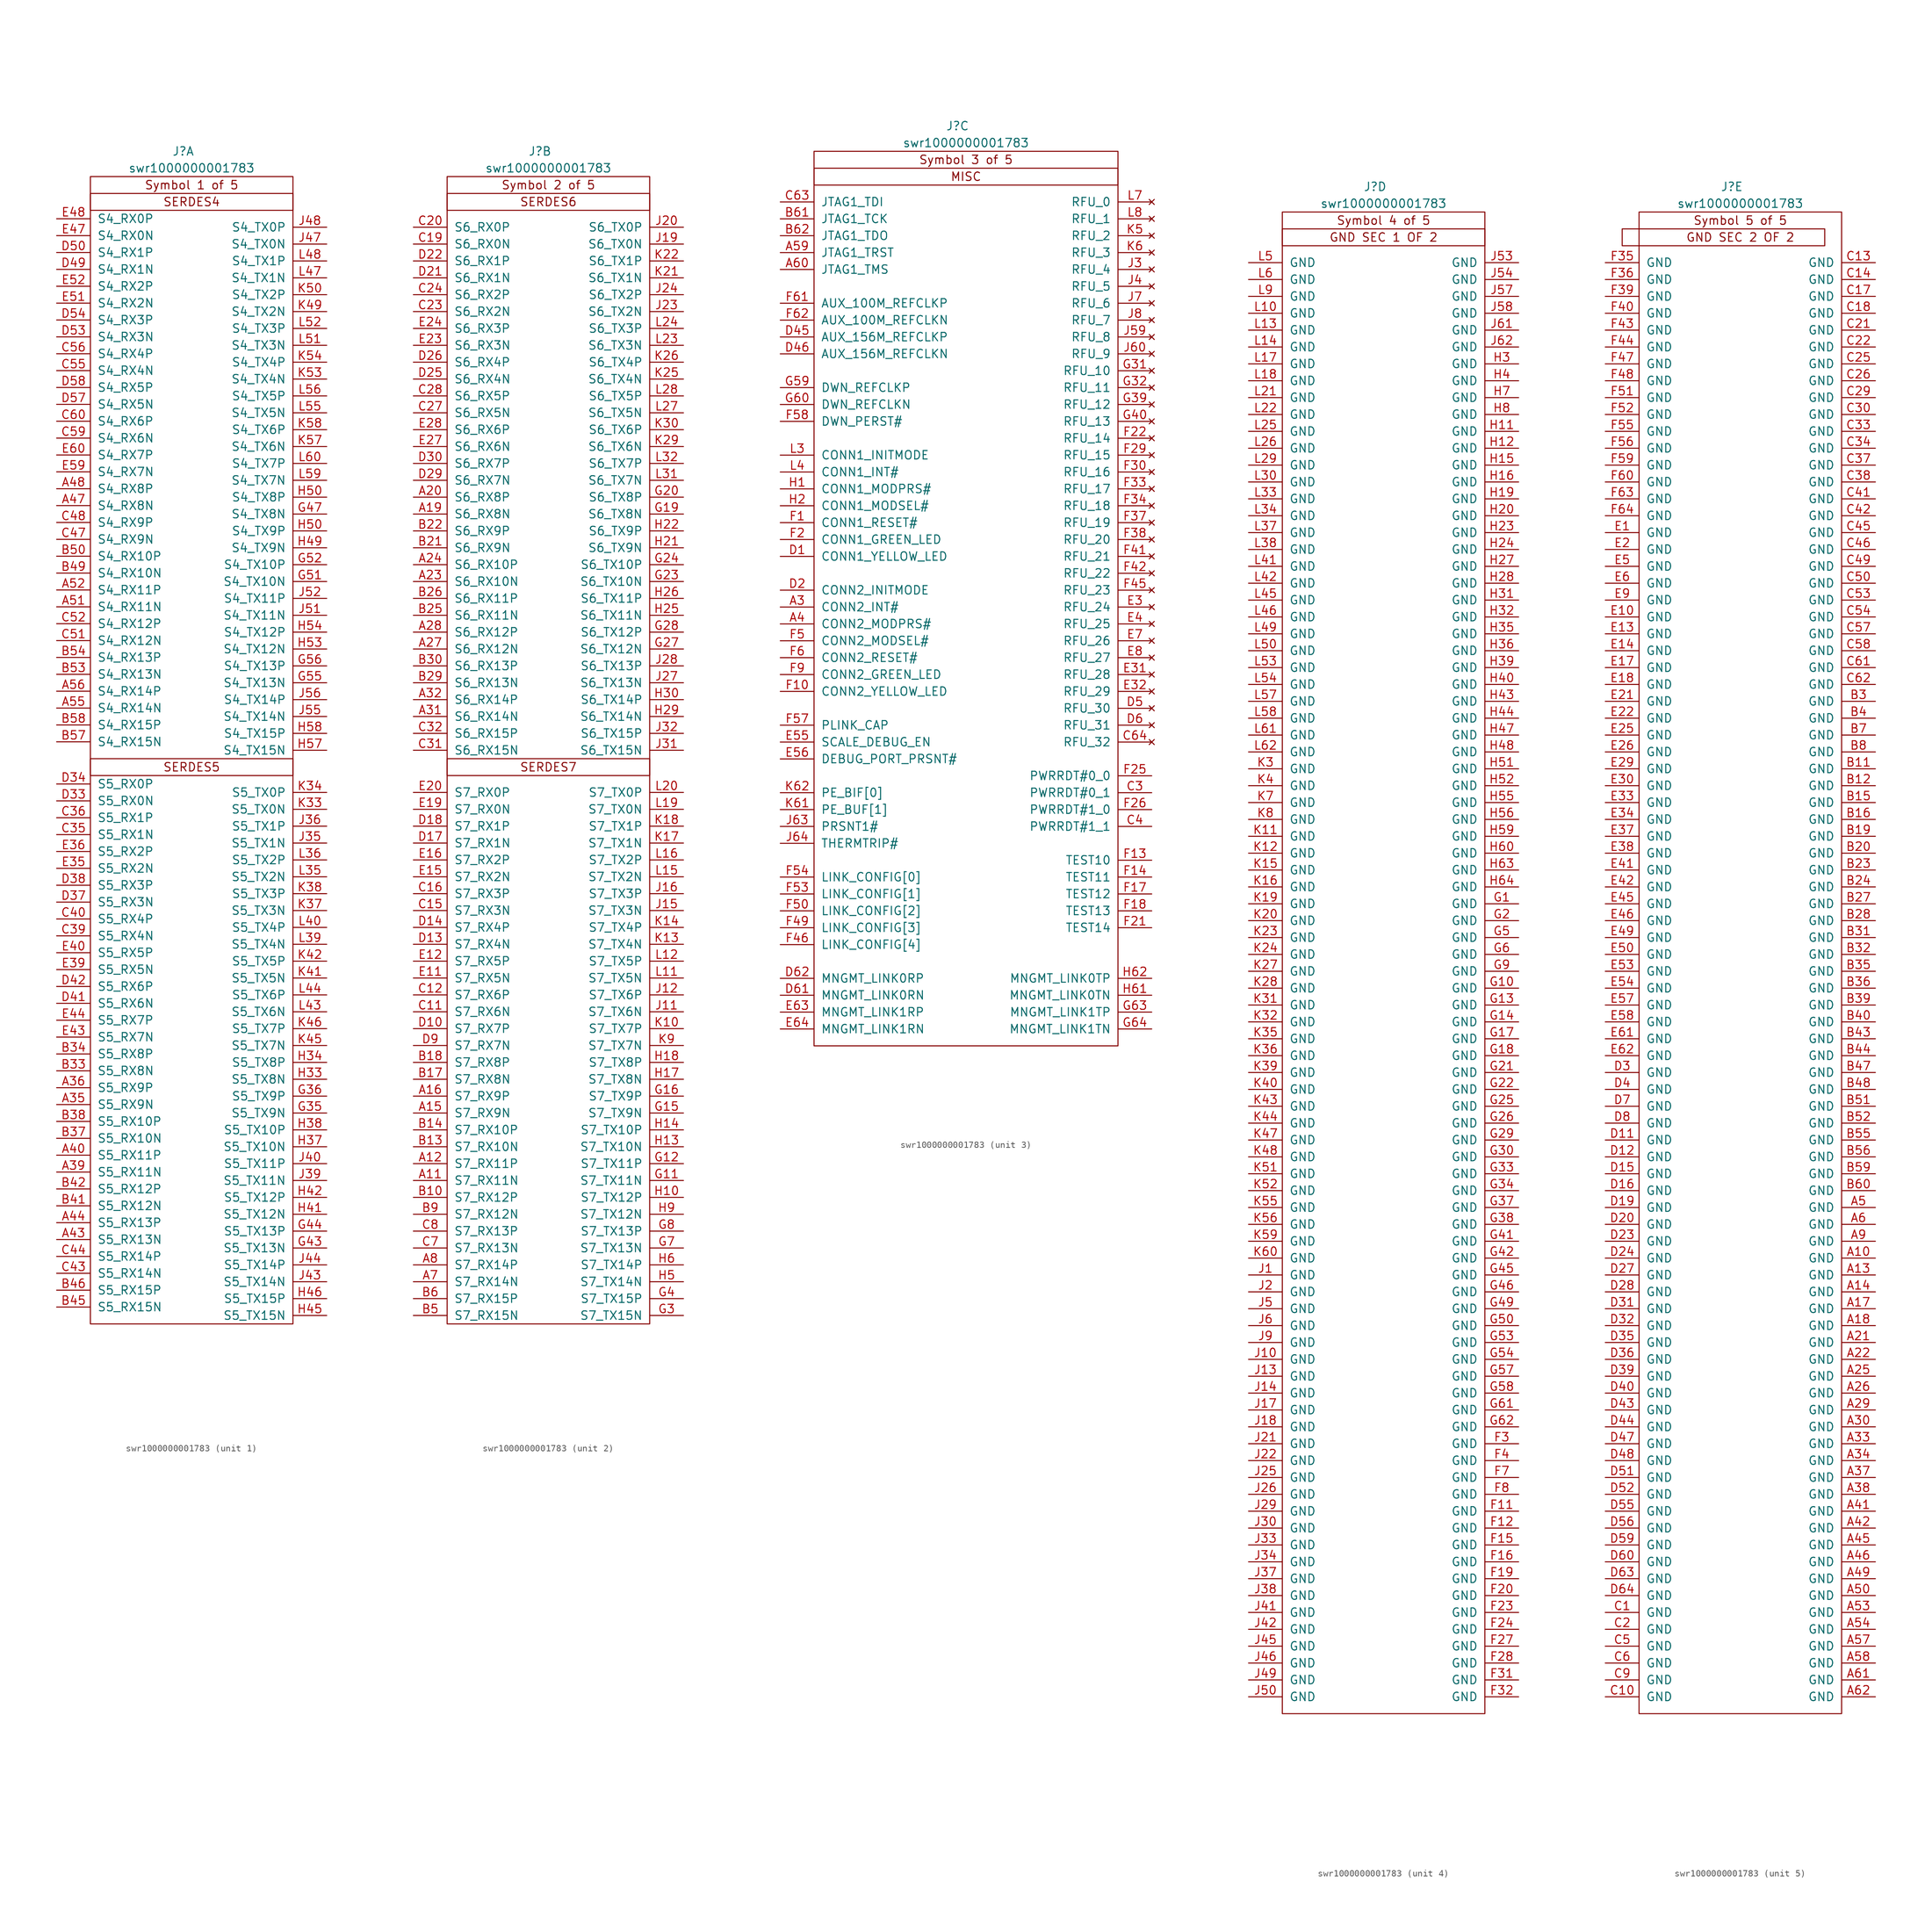
<source format=kicad_sym>
(kicad_symbol_lib
  (version 20220914)
  (generator kicad_symbol_editor)
  (symbol "swr1000000001783"
    (pin_names
      (offset 1.016))
    (property "Reference" "J"
      (at -1.27 3.81 0)
      (effects (font (size 1.27 1.27))))
    (property "Value" "swr1000000001783"
      (at 0 1.27 0)
      (effects (font (size 1.27 1.27))))
    (property "ki_locked" ""
      (at 0 0 0)
      (effects (font (size 1.27 1.27))))
    (symbol "swr1000000001783_1_0"
      (rectangle (start -15.24 -87.63) (end 15.24 -90.17) (stroke (width 0) (type default)) (fill (type none)))
      (rectangle (start -15.24 -2.54) (end 15.24 -5.08) (stroke (width 0) (type default)) (fill (type none)))
      (rectangle (start -15.24 0) (end 15.24 -172.72) (stroke (width 0) (type default)) (fill (type none)))
      (text "SERDES4" (at 0 -3.81 0) (effects (font (size 1.27 1.27))))
      (text "SERDES5" (at 0 -88.9 0) (effects (font (size 1.27 1.27))))
      (text "Symbol 1 of 5" (at 0 -1.27 0) (effects (font (size 1.27 1.27)))))
    (symbol "swr1000000001783_1_1"
      (pin input line (at -20.32 -139.7 0) (length 5.08) (name "S5_RX9N" (effects (font (size 1.27 1.27)))) (number "A35" (effects (font (size 1.27 1.27)))))
      (pin input line (at -20.32 -137.16 0) (length 5.08) (name "S5_RX9P" (effects (font (size 1.27 1.27)))) (number "A36" (effects (font (size 1.27 1.27)))))
      (pin input line (at -20.32 -149.86 0) (length 5.08) (name "S5_RX11N" (effects (font (size 1.27 1.27)))) (number "A39" (effects (font (size 1.27 1.27)))))
      (pin input line (at -20.32 -147.32 0) (length 5.08) (name "S5_RX11P" (effects (font (size 1.27 1.27)))) (number "A40" (effects (font (size 1.27 1.27)))))
      (pin input line (at -20.32 -160.02 0) (length 5.08) (name "S5_RX13N" (effects (font (size 1.27 1.27)))) (number "A43" (effects (font (size 1.27 1.27)))))
      (pin input line (at -20.32 -157.48 0) (length 5.08) (name "S5_RX13P" (effects (font (size 1.27 1.27)))) (number "A44" (effects (font (size 1.27 1.27)))))
      (pin input line (at -20.32 -49.53 0) (length 5.08) (name "S4_RX8N" (effects (font (size 1.27 1.27)))) (number "A47" (effects (font (size 1.27 1.27)))))
      (pin input line (at -20.32 -46.99 0) (length 5.08) (name "S4_RX8P" (effects (font (size 1.27 1.27)))) (number "A48" (effects (font (size 1.27 1.27)))))
      (pin input line (at -20.32 -64.77 0) (length 5.08) (name "S4_RX11N" (effects (font (size 1.27 1.27)))) (number "A51" (effects (font (size 1.27 1.27)))))
      (pin input line (at -20.32 -62.23 0) (length 5.08) (name "S4_RX11P" (effects (font (size 1.27 1.27)))) (number "A52" (effects (font (size 1.27 1.27)))))
      (pin input line (at -20.32 -80.01 0) (length 5.08) (name "S4_RX14N" (effects (font (size 1.27 1.27)))) (number "A55" (effects (font (size 1.27 1.27)))))
      (pin input line (at -20.32 -77.47 0) (length 5.08) (name "S4_RX14P" (effects (font (size 1.27 1.27)))) (number "A56" (effects (font (size 1.27 1.27)))))
      (pin input line (at -20.32 -134.62 0) (length 5.08) (name "S5_RX8N" (effects (font (size 1.27 1.27)))) (number "B33" (effects (font (size 1.27 1.27)))))
      (pin input line (at -20.32 -132.08 0) (length 5.08) (name "S5_RX8P" (effects (font (size 1.27 1.27)))) (number "B34" (effects (font (size 1.27 1.27)))))
      (pin input line (at -20.32 -144.78 0) (length 5.08) (name "S5_RX10N" (effects (font (size 1.27 1.27)))) (number "B37" (effects (font (size 1.27 1.27)))))
      (pin input line (at -20.32 -142.24 0) (length 5.08) (name "S5_RX10P" (effects (font (size 1.27 1.27)))) (number "B38" (effects (font (size 1.27 1.27)))))
      (pin input line (at -20.32 -154.94 0) (length 5.08) (name "S5_RX12N" (effects (font (size 1.27 1.27)))) (number "B41" (effects (font (size 1.27 1.27)))))
      (pin input line (at -20.32 -152.4 0) (length 5.08) (name "S5_RX12P" (effects (font (size 1.27 1.27)))) (number "B42" (effects (font (size 1.27 1.27)))))
      (pin input line (at -20.32 -170.18 0) (length 5.08) (name "S5_RX15N" (effects (font (size 1.27 1.27)))) (number "B45" (effects (font (size 1.27 1.27)))))
      (pin input line (at -20.32 -167.64 0) (length 5.08) (name "S5_RX15P" (effects (font (size 1.27 1.27)))) (number "B46" (effects (font (size 1.27 1.27)))))
      (pin input line (at -20.32 -59.69 0) (length 5.08) (name "S4_RX10N" (effects (font (size 1.27 1.27)))) (number "B49" (effects (font (size 1.27 1.27)))))
      (pin input line (at -20.32 -57.15 0) (length 5.08) (name "S4_RX10P" (effects (font (size 1.27 1.27)))) (number "B50" (effects (font (size 1.27 1.27)))))
      (pin input line (at -20.32 -74.93 0) (length 5.08) (name "S4_RX13N" (effects (font (size 1.27 1.27)))) (number "B53" (effects (font (size 1.27 1.27)))))
      (pin input line (at -20.32 -72.39 0) (length 5.08) (name "S4_RX13P" (effects (font (size 1.27 1.27)))) (number "B54" (effects (font (size 1.27 1.27)))))
      (pin input line (at -20.32 -85.09 0) (length 5.08) (name "S4_RX15N" (effects (font (size 1.27 1.27)))) (number "B57" (effects (font (size 1.27 1.27)))))
      (pin input line (at -20.32 -82.55 0) (length 5.08) (name "S4_RX15P" (effects (font (size 1.27 1.27)))) (number "B58" (effects (font (size 1.27 1.27)))))
      (pin input line (at -20.32 -99.06 0) (length 5.08) (name "S5_RX1N" (effects (font (size 1.27 1.27)))) (number "C35" (effects (font (size 1.27 1.27)))))
      (pin input line (at -20.32 -96.52 0) (length 5.08) (name "S5_RX1P" (effects (font (size 1.27 1.27)))) (number "C36" (effects (font (size 1.27 1.27)))))
      (pin input line (at -20.32 -114.3 0) (length 5.08) (name "S5_RX4N" (effects (font (size 1.27 1.27)))) (number "C39" (effects (font (size 1.27 1.27)))))
      (pin input line (at -20.32 -111.76 0) (length 5.08) (name "S5_RX4P" (effects (font (size 1.27 1.27)))) (number "C40" (effects (font (size 1.27 1.27)))))
      (pin input line (at -20.32 -165.1 0) (length 5.08) (name "S5_RX14N" (effects (font (size 1.27 1.27)))) (number "C43" (effects (font (size 1.27 1.27)))))
      (pin input line (at -20.32 -162.56 0) (length 5.08) (name "S5_RX14P" (effects (font (size 1.27 1.27)))) (number "C44" (effects (font (size 1.27 1.27)))))
      (pin input line (at -20.32 -54.61 0) (length 5.08) (name "S4_RX9N" (effects (font (size 1.27 1.27)))) (number "C47" (effects (font (size 1.27 1.27)))))
      (pin input line (at -20.32 -52.07 0) (length 5.08) (name "S4_RX9P" (effects (font (size 1.27 1.27)))) (number "C48" (effects (font (size 1.27 1.27)))))
      (pin input line (at -20.32 -69.85 0) (length 5.08) (name "S4_RX12N" (effects (font (size 1.27 1.27)))) (number "C51" (effects (font (size 1.27 1.27)))))
      (pin input line (at -20.32 -67.31 0) (length 5.08) (name "S4_RX12P" (effects (font (size 1.27 1.27)))) (number "C52" (effects (font (size 1.27 1.27)))))
      (pin input line (at -20.32 -29.21 0) (length 5.08) (name "S4_RX4N" (effects (font (size 1.27 1.27)))) (number "C55" (effects (font (size 1.27 1.27)))))
      (pin input line (at -20.32 -26.67 0) (length 5.08) (name "S4_RX4P" (effects (font (size 1.27 1.27)))) (number "C56" (effects (font (size 1.27 1.27)))))
      (pin input line (at -20.32 -39.37 0) (length 5.08) (name "S4_RX6N" (effects (font (size 1.27 1.27)))) (number "C59" (effects (font (size 1.27 1.27)))))
      (pin input line (at -20.32 -36.83 0) (length 5.08) (name "S4_RX6P" (effects (font (size 1.27 1.27)))) (number "C60" (effects (font (size 1.27 1.27)))))
      (pin input line (at -20.32 -93.98 0) (length 5.08) (name "S5_RX0N" (effects (font (size 1.27 1.27)))) (number "D33" (effects (font (size 1.27 1.27)))))
      (pin input line (at -20.32 -91.44 0) (length 5.08) (name "S5_RX0P" (effects (font (size 1.27 1.27)))) (number "D34" (effects (font (size 1.27 1.27)))))
      (pin input line (at -20.32 -109.22 0) (length 5.08) (name "S5_RX3N" (effects (font (size 1.27 1.27)))) (number "D37" (effects (font (size 1.27 1.27)))))
      (pin input line (at -20.32 -106.68 0) (length 5.08) (name "S5_RX3P" (effects (font (size 1.27 1.27)))) (number "D38" (effects (font (size 1.27 1.27)))))
      (pin input line (at -20.32 -124.46 0) (length 5.08) (name "S5_RX6N" (effects (font (size 1.27 1.27)))) (number "D41" (effects (font (size 1.27 1.27)))))
      (pin input line (at -20.32 -121.92 0) (length 5.08) (name "S5_RX6P" (effects (font (size 1.27 1.27)))) (number "D42" (effects (font (size 1.27 1.27)))))
      (pin input line (at -20.32 -13.97 0) (length 5.08) (name "S4_RX1N" (effects (font (size 1.27 1.27)))) (number "D49" (effects (font (size 1.27 1.27)))))
      (pin input line (at -20.32 -11.43 0) (length 5.08) (name "S4_RX1P" (effects (font (size 1.27 1.27)))) (number "D50" (effects (font (size 1.27 1.27)))))
      (pin input line (at -20.32 -24.13 0) (length 5.08) (name "S4_RX3N" (effects (font (size 1.27 1.27)))) (number "D53" (effects (font (size 1.27 1.27)))))
      (pin input line (at -20.32 -21.59 0) (length 5.08) (name "S4_RX3P" (effects (font (size 1.27 1.27)))) (number "D54" (effects (font (size 1.27 1.27)))))
      (pin input line (at -20.32 -34.29 0) (length 5.08) (name "S4_RX5N" (effects (font (size 1.27 1.27)))) (number "D57" (effects (font (size 1.27 1.27)))))
      (pin input line (at -20.32 -31.75 0) (length 5.08) (name "S4_RX5P" (effects (font (size 1.27 1.27)))) (number "D58" (effects (font (size 1.27 1.27)))))
      (pin input line (at -20.32 -104.14 0) (length 5.08) (name "S5_RX2N" (effects (font (size 1.27 1.27)))) (number "E35" (effects (font (size 1.27 1.27)))))
      (pin input line (at -20.32 -101.6 0) (length 5.08) (name "S5_RX2P" (effects (font (size 1.27 1.27)))) (number "E36" (effects (font (size 1.27 1.27)))))
      (pin input line (at -20.32 -119.38 0) (length 5.08) (name "S5_RX5N" (effects (font (size 1.27 1.27)))) (number "E39" (effects (font (size 1.27 1.27)))))
      (pin input line (at -20.32 -116.84 0) (length 5.08) (name "S5_RX5P" (effects (font (size 1.27 1.27)))) (number "E40" (effects (font (size 1.27 1.27)))))
      (pin input line (at -20.32 -129.54 0) (length 5.08) (name "S5_RX7N" (effects (font (size 1.27 1.27)))) (number "E43" (effects (font (size 1.27 1.27)))))
      (pin input line (at -20.32 -127 0) (length 5.08) (name "S5_RX7P" (effects (font (size 1.27 1.27)))) (number "E44" (effects (font (size 1.27 1.27)))))
      (pin input line (at -20.32 -8.89 0) (length 5.08) (name "S4_RX0N" (effects (font (size 1.27 1.27)))) (number "E47" (effects (font (size 1.27 1.27)))))
      (pin input line (at -20.32 -6.35 0) (length 5.08) (name "S4_RX0P" (effects (font (size 1.27 1.27)))) (number "E48" (effects (font (size 1.27 1.27)))))
      (pin input line (at -20.32 -19.05 0) (length 5.08) (name "S4_RX2N" (effects (font (size 1.27 1.27)))) (number "E51" (effects (font (size 1.27 1.27)))))
      (pin input line (at -20.32 -16.51 0) (length 5.08) (name "S4_RX2P" (effects (font (size 1.27 1.27)))) (number "E52" (effects (font (size 1.27 1.27)))))
      (pin input line (at -20.32 -44.45 0) (length 5.08) (name "S4_RX7N" (effects (font (size 1.27 1.27)))) (number "E59" (effects (font (size 1.27 1.27)))))
      (pin input line (at -20.32 -41.91 0) (length 5.08) (name "S4_RX7P" (effects (font (size 1.27 1.27)))) (number "E60" (effects (font (size 1.27 1.27)))))
      (pin output line (at 20.32 -140.97 180) (length 5.08) (name "S5_TX9N" (effects (font (size 1.27 1.27)))) (number "G35" (effects (font (size 1.27 1.27)))))
      (pin output line (at 20.32 -138.43 180) (length 5.08) (name "S5_TX9P" (effects (font (size 1.27 1.27)))) (number "G36" (effects (font (size 1.27 1.27)))))
      (pin output line (at 20.32 -161.29 180) (length 5.08) (name "S5_TX13N" (effects (font (size 1.27 1.27)))) (number "G43" (effects (font (size 1.27 1.27)))))
      (pin output line (at 20.32 -158.75 180) (length 5.08) (name "S5_TX13P" (effects (font (size 1.27 1.27)))) (number "G44" (effects (font (size 1.27 1.27)))))
      (pin output line (at 20.32 -50.8 180) (length 5.08) (name "S4_TX8N" (effects (font (size 1.27 1.27)))) (number "G47" (effects (font (size 1.27 1.27)))))
      (pin output line (at 20.32 -60.96 180) (length 5.08) (name "S4_TX10N" (effects (font (size 1.27 1.27)))) (number "G51" (effects (font (size 1.27 1.27)))))
      (pin output line (at 20.32 -58.42 180) (length 5.08) (name "S4_TX10P" (effects (font (size 1.27 1.27)))) (number "G52" (effects (font (size 1.27 1.27)))))
      (pin output line (at 20.32 -76.2 180) (length 5.08) (name "S4_TX13N" (effects (font (size 1.27 1.27)))) (number "G55" (effects (font (size 1.27 1.27)))))
      (pin output line (at 20.32 -73.66 180) (length 5.08) (name "S4_TX13P" (effects (font (size 1.27 1.27)))) (number "G56" (effects (font (size 1.27 1.27)))))
      (pin output line (at 20.32 -135.89 180) (length 5.08) (name "S5_TX8N" (effects (font (size 1.27 1.27)))) (number "H33" (effects (font (size 1.27 1.27)))))
      (pin output line (at 20.32 -133.35 180) (length 5.08) (name "S5_TX8P" (effects (font (size 1.27 1.27)))) (number "H34" (effects (font (size 1.27 1.27)))))
      (pin output line (at 20.32 -146.05 180) (length 5.08) (name "S5_TX10N" (effects (font (size 1.27 1.27)))) (number "H37" (effects (font (size 1.27 1.27)))))
      (pin output line (at 20.32 -143.51 180) (length 5.08) (name "S5_TX10P" (effects (font (size 1.27 1.27)))) (number "H38" (effects (font (size 1.27 1.27)))))
      (pin output line (at 20.32 -156.21 180) (length 5.08) (name "S5_TX12N" (effects (font (size 1.27 1.27)))) (number "H41" (effects (font (size 1.27 1.27)))))
      (pin output line (at 20.32 -153.67 180) (length 5.08) (name "S5_TX12P" (effects (font (size 1.27 1.27)))) (number "H42" (effects (font (size 1.27 1.27)))))
      (pin output line (at 20.32 -171.45 180) (length 5.08) (name "S5_TX15N" (effects (font (size 1.27 1.27)))) (number "H45" (effects (font (size 1.27 1.27)))))
      (pin output line (at 20.32 -168.91 180) (length 5.08) (name "S5_TX15P" (effects (font (size 1.27 1.27)))) (number "H46" (effects (font (size 1.27 1.27)))))
      (pin output line (at 20.32 -55.88 180) (length 5.08) (name "S4_TX9N" (effects (font (size 1.27 1.27)))) (number "H49" (effects (font (size 1.27 1.27)))))
      (pin output line (at 20.32 -48.26 180) (length 5.08) (name "S4_TX8P" (effects (font (size 1.27 1.27)))) (number "H50" (effects (font (size 1.27 1.27)))))
      (pin output line (at 20.32 -53.34 180) (length 5.08) (name "S4_TX9P" (effects (font (size 1.27 1.27)))) (number "H50" (effects (font (size 1.27 1.27)))))
      (pin output line (at 20.32 -71.12 180) (length 5.08) (name "S4_TX12N" (effects (font (size 1.27 1.27)))) (number "H53" (effects (font (size 1.27 1.27)))))
      (pin output line (at 20.32 -68.58 180) (length 5.08) (name "S4_TX12P" (effects (font (size 1.27 1.27)))) (number "H54" (effects (font (size 1.27 1.27)))))
      (pin output line (at 20.32 -86.36 180) (length 5.08) (name "S4_TX15N" (effects (font (size 1.27 1.27)))) (number "H57" (effects (font (size 1.27 1.27)))))
      (pin output line (at 20.32 -83.82 180) (length 5.08) (name "S4_TX15P" (effects (font (size 1.27 1.27)))) (number "H58" (effects (font (size 1.27 1.27)))))
      (pin output line (at 20.32 -100.33 180) (length 5.08) (name "S5_TX1N" (effects (font (size 1.27 1.27)))) (number "J35" (effects (font (size 1.27 1.27)))))
      (pin output line (at 20.32 -97.79 180) (length 5.08) (name "S5_TX1P" (effects (font (size 1.27 1.27)))) (number "J36" (effects (font (size 1.27 1.27)))))
      (pin output line (at 20.32 -151.13 180) (length 5.08) (name "S5_TX11N" (effects (font (size 1.27 1.27)))) (number "J39" (effects (font (size 1.27 1.27)))))
      (pin output line (at 20.32 -148.59 180) (length 5.08) (name "S5_TX11P" (effects (font (size 1.27 1.27)))) (number "J40" (effects (font (size 1.27 1.27)))))
      (pin output line (at 20.32 -166.37 180) (length 5.08) (name "S5_TX14N" (effects (font (size 1.27 1.27)))) (number "J43" (effects (font (size 1.27 1.27)))))
      (pin output line (at 20.32 -163.83 180) (length 5.08) (name "S5_TX14P" (effects (font (size 1.27 1.27)))) (number "J44" (effects (font (size 1.27 1.27)))))
      (pin output line (at 20.32 -10.16 180) (length 5.08) (name "S4_TX0N" (effects (font (size 1.27 1.27)))) (number "J47" (effects (font (size 1.27 1.27)))))
      (pin output line (at 20.32 -7.62 180) (length 5.08) (name "S4_TX0P" (effects (font (size 1.27 1.27)))) (number "J48" (effects (font (size 1.27 1.27)))))
      (pin output line (at 20.32 -66.04 180) (length 5.08) (name "S4_TX11N" (effects (font (size 1.27 1.27)))) (number "J51" (effects (font (size 1.27 1.27)))))
      (pin output line (at 20.32 -63.5 180) (length 5.08) (name "S4_TX11P" (effects (font (size 1.27 1.27)))) (number "J52" (effects (font (size 1.27 1.27)))))
      (pin output line (at 20.32 -81.28 180) (length 5.08) (name "S4_TX14N" (effects (font (size 1.27 1.27)))) (number "J55" (effects (font (size 1.27 1.27)))))
      (pin output line (at 20.32 -78.74 180) (length 5.08) (name "S4_TX14P" (effects (font (size 1.27 1.27)))) (number "J56" (effects (font (size 1.27 1.27)))))
      (pin output line (at 20.32 -95.25 180) (length 5.08) (name "S5_TX0N" (effects (font (size 1.27 1.27)))) (number "K33" (effects (font (size 1.27 1.27)))))
      (pin output line (at 20.32 -92.71 180) (length 5.08) (name "S5_TX0P" (effects (font (size 1.27 1.27)))) (number "K34" (effects (font (size 1.27 1.27)))))
      (pin output line (at 20.32 -110.49 180) (length 5.08) (name "S5_TX3N" (effects (font (size 1.27 1.27)))) (number "K37" (effects (font (size 1.27 1.27)))))
      (pin output line (at 20.32 -107.95 180) (length 5.08) (name "S5_TX3P" (effects (font (size 1.27 1.27)))) (number "K38" (effects (font (size 1.27 1.27)))))
      (pin output line (at 20.32 -120.65 180) (length 5.08) (name "S5_TX5N" (effects (font (size 1.27 1.27)))) (number "K41" (effects (font (size 1.27 1.27)))))
      (pin output line (at 20.32 -118.11 180) (length 5.08) (name "S5_TX5P" (effects (font (size 1.27 1.27)))) (number "K42" (effects (font (size 1.27 1.27)))))
      (pin output line (at 20.32 -130.81 180) (length 5.08) (name "S5_TX7N" (effects (font (size 1.27 1.27)))) (number "K45" (effects (font (size 1.27 1.27)))))
      (pin output line (at 20.32 -128.27 180) (length 5.08) (name "S5_TX7P" (effects (font (size 1.27 1.27)))) (number "K46" (effects (font (size 1.27 1.27)))))
      (pin output line (at 20.32 -20.32 180) (length 5.08) (name "S4_TX2N" (effects (font (size 1.27 1.27)))) (number "K49" (effects (font (size 1.27 1.27)))))
      (pin output line (at 20.32 -17.78 180) (length 5.08) (name "S4_TX2P" (effects (font (size 1.27 1.27)))) (number "K50" (effects (font (size 1.27 1.27)))))
      (pin output line (at 20.32 -30.48 180) (length 5.08) (name "S4_TX4N" (effects (font (size 1.27 1.27)))) (number "K53" (effects (font (size 1.27 1.27)))))
      (pin output line (at 20.32 -27.94 180) (length 5.08) (name "S4_TX4P" (effects (font (size 1.27 1.27)))) (number "K54" (effects (font (size 1.27 1.27)))))
      (pin output line (at 20.32 -40.64 180) (length 5.08) (name "S4_TX6N" (effects (font (size 1.27 1.27)))) (number "K57" (effects (font (size 1.27 1.27)))))
      (pin output line (at 20.32 -38.1 180) (length 5.08) (name "S4_TX6P" (effects (font (size 1.27 1.27)))) (number "K58" (effects (font (size 1.27 1.27)))))
      (pin output line (at 20.32 -105.41 180) (length 5.08) (name "S5_TX2N" (effects (font (size 1.27 1.27)))) (number "L35" (effects (font (size 1.27 1.27)))))
      (pin output line (at 20.32 -102.87 180) (length 5.08) (name "S5_TX2P" (effects (font (size 1.27 1.27)))) (number "L36" (effects (font (size 1.27 1.27)))))
      (pin output line (at 20.32 -115.57 180) (length 5.08) (name "S5_TX4N" (effects (font (size 1.27 1.27)))) (number "L39" (effects (font (size 1.27 1.27)))))
      (pin output line (at 20.32 -113.03 180) (length 5.08) (name "S5_TX4P" (effects (font (size 1.27 1.27)))) (number "L40" (effects (font (size 1.27 1.27)))))
      (pin output line (at 20.32 -125.73 180) (length 5.08) (name "S5_TX6N" (effects (font (size 1.27 1.27)))) (number "L43" (effects (font (size 1.27 1.27)))))
      (pin output line (at 20.32 -123.19 180) (length 5.08) (name "S5_TX6P" (effects (font (size 1.27 1.27)))) (number "L44" (effects (font (size 1.27 1.27)))))
      (pin output line (at 20.32 -15.24 180) (length 5.08) (name "S4_TX1N" (effects (font (size 1.27 1.27)))) (number "L47" (effects (font (size 1.27 1.27)))))
      (pin output line (at 20.32 -12.7 180) (length 5.08) (name "S4_TX1P" (effects (font (size 1.27 1.27)))) (number "L48" (effects (font (size 1.27 1.27)))))
      (pin output line (at 20.32 -25.4 180) (length 5.08) (name "S4_TX3N" (effects (font (size 1.27 1.27)))) (number "L51" (effects (font (size 1.27 1.27)))))
      (pin output line (at 20.32 -22.86 180) (length 5.08) (name "S4_TX3P" (effects (font (size 1.27 1.27)))) (number "L52" (effects (font (size 1.27 1.27)))))
      (pin output line (at 20.32 -35.56 180) (length 5.08) (name "S4_TX5N" (effects (font (size 1.27 1.27)))) (number "L55" (effects (font (size 1.27 1.27)))))
      (pin output line (at 20.32 -33.02 180) (length 5.08) (name "S4_TX5P" (effects (font (size 1.27 1.27)))) (number "L56" (effects (font (size 1.27 1.27)))))
      (pin output line (at 20.32 -45.72 180) (length 5.08) (name "S4_TX7N" (effects (font (size 1.27 1.27)))) (number "L59" (effects (font (size 1.27 1.27)))))
      (pin output line (at 20.32 -43.18 180) (length 5.08) (name "S4_TX7P" (effects (font (size 1.27 1.27)))) (number "L60" (effects (font (size 1.27 1.27))))))
    (symbol "swr1000000001783_2_0"
      (rectangle (start -15.24 0) (end 15.24 -172.72) (stroke (width 0) (type default)) (fill (type none)))
      (text "SERDES7" (at 0 -88.9 0) (effects (font (size 1.27 1.27))))
      (text "Symbol 2 of 5" (at 0 -1.27 0) (effects (font (size 1.27 1.27)))))
    (symbol "swr1000000001783_2_1"
      (rectangle (start -15.24 -87.63) (end 15.24 -90.17) (stroke (width 0) (type default)) (fill (type none)))
      (rectangle (start -15.24 -2.54) (end 15.24 -5.08) (stroke (width 0) (type default)) (fill (type none)))
      (text "SERDES6" (at 0 -3.81 0) (effects (font (size 1.27 1.27))))
      (pin output line (at -20.32 -151.13 0) (length 5.08) (name "S7_RX11N" (effects (font (size 1.27 1.27)))) (number "A11" (effects (font (size 1.27 1.27)))))
      (pin output line (at -20.32 -148.59 0) (length 5.08) (name "S7_RX11P" (effects (font (size 1.27 1.27)))) (number "A12" (effects (font (size 1.27 1.27)))))
      (pin output line (at -20.32 -140.97 0) (length 5.08) (name "S7_RX9N" (effects (font (size 1.27 1.27)))) (number "A15" (effects (font (size 1.27 1.27)))))
      (pin output line (at -20.32 -138.43 0) (length 5.08) (name "S7_RX9P" (effects (font (size 1.27 1.27)))) (number "A16" (effects (font (size 1.27 1.27)))))
      (pin input line (at -20.32 -50.8 0) (length 5.08) (name "S6_RX8N" (effects (font (size 1.27 1.27)))) (number "A19" (effects (font (size 1.27 1.27)))))
      (pin input line (at -20.32 -48.26 0) (length 5.08) (name "S6_RX8P" (effects (font (size 1.27 1.27)))) (number "A20" (effects (font (size 1.27 1.27)))))
      (pin input line (at -20.32 -60.96 0) (length 5.08) (name "S6_RX10N" (effects (font (size 1.27 1.27)))) (number "A23" (effects (font (size 1.27 1.27)))))
      (pin input line (at -20.32 -58.42 0) (length 5.08) (name "S6_RX10P" (effects (font (size 1.27 1.27)))) (number "A24" (effects (font (size 1.27 1.27)))))
      (pin input line (at -20.32 -71.12 0) (length 5.08) (name "S6_RX12N" (effects (font (size 1.27 1.27)))) (number "A27" (effects (font (size 1.27 1.27)))))
      (pin input line (at -20.32 -68.58 0) (length 5.08) (name "S6_RX12P" (effects (font (size 1.27 1.27)))) (number "A28" (effects (font (size 1.27 1.27)))))
      (pin input line (at -20.32 -81.28 0) (length 5.08) (name "S6_RX14N" (effects (font (size 1.27 1.27)))) (number "A31" (effects (font (size 1.27 1.27)))))
      (pin input line (at -20.32 -78.74 0) (length 5.08) (name "S6_RX14P" (effects (font (size 1.27 1.27)))) (number "A32" (effects (font (size 1.27 1.27)))))
      (pin output line (at -20.32 -166.37 0) (length 5.08) (name "S7_RX14N" (effects (font (size 1.27 1.27)))) (number "A7" (effects (font (size 1.27 1.27)))))
      (pin output line (at -20.32 -163.83 0) (length 5.08) (name "S7_RX14P" (effects (font (size 1.27 1.27)))) (number "A8" (effects (font (size 1.27 1.27)))))
      (pin output line (at -20.32 -153.67 0) (length 5.08) (name "S7_RX12P" (effects (font (size 1.27 1.27)))) (number "B10" (effects (font (size 1.27 1.27)))))
      (pin output line (at -20.32 -146.05 0) (length 5.08) (name "S7_RX10N" (effects (font (size 1.27 1.27)))) (number "B13" (effects (font (size 1.27 1.27)))))
      (pin output line (at -20.32 -143.51 0) (length 5.08) (name "S7_RX10P" (effects (font (size 1.27 1.27)))) (number "B14" (effects (font (size 1.27 1.27)))))
      (pin output line (at -20.32 -135.89 0) (length 5.08) (name "S7_RX8N" (effects (font (size 1.27 1.27)))) (number "B17" (effects (font (size 1.27 1.27)))))
      (pin output line (at -20.32 -133.35 0) (length 5.08) (name "S7_RX8P" (effects (font (size 1.27 1.27)))) (number "B18" (effects (font (size 1.27 1.27)))))
      (pin input line (at -20.32 -55.88 0) (length 5.08) (name "S6_RX9N" (effects (font (size 1.27 1.27)))) (number "B21" (effects (font (size 1.27 1.27)))))
      (pin input line (at -20.32 -53.34 0) (length 5.08) (name "S6_RX9P" (effects (font (size 1.27 1.27)))) (number "B22" (effects (font (size 1.27 1.27)))))
      (pin input line (at -20.32 -66.04 0) (length 5.08) (name "S6_RX11N" (effects (font (size 1.27 1.27)))) (number "B25" (effects (font (size 1.27 1.27)))))
      (pin input line (at -20.32 -63.5 0) (length 5.08) (name "S6_RX11P" (effects (font (size 1.27 1.27)))) (number "B26" (effects (font (size 1.27 1.27)))))
      (pin input line (at -20.32 -76.2 0) (length 5.08) (name "S6_RX13N" (effects (font (size 1.27 1.27)))) (number "B29" (effects (font (size 1.27 1.27)))))
      (pin input line (at -20.32 -73.66 0) (length 5.08) (name "S6_RX13P" (effects (font (size 1.27 1.27)))) (number "B30" (effects (font (size 1.27 1.27)))))
      (pin output line (at -20.32 -171.45 0) (length 5.08) (name "S7_RX15N" (effects (font (size 1.27 1.27)))) (number "B5" (effects (font (size 1.27 1.27)))))
      (pin output line (at -20.32 -168.91 0) (length 5.08) (name "S7_RX15P" (effects (font (size 1.27 1.27)))) (number "B6" (effects (font (size 1.27 1.27)))))
      (pin output line (at -20.32 -156.21 0) (length 5.08) (name "S7_RX12N" (effects (font (size 1.27 1.27)))) (number "B9" (effects (font (size 1.27 1.27)))))
      (pin output line (at -20.32 -125.73 0) (length 5.08) (name "S7_RX6N" (effects (font (size 1.27 1.27)))) (number "C11" (effects (font (size 1.27 1.27)))))
      (pin output line (at -20.32 -123.19 0) (length 5.08) (name "S7_RX6P" (effects (font (size 1.27 1.27)))) (number "C12" (effects (font (size 1.27 1.27)))))
      (pin output line (at -20.32 -110.49 0) (length 5.08) (name "S7_RX3N" (effects (font (size 1.27 1.27)))) (number "C15" (effects (font (size 1.27 1.27)))))
      (pin output line (at -20.32 -107.95 0) (length 5.08) (name "S7_RX3P" (effects (font (size 1.27 1.27)))) (number "C16" (effects (font (size 1.27 1.27)))))
      (pin input line (at -20.32 -10.16 0) (length 5.08) (name "S6_RX0N" (effects (font (size 1.27 1.27)))) (number "C19" (effects (font (size 1.27 1.27)))))
      (pin input line (at -20.32 -7.62 0) (length 5.08) (name "S6_RX0P" (effects (font (size 1.27 1.27)))) (number "C20" (effects (font (size 1.27 1.27)))))
      (pin input line (at -20.32 -20.32 0) (length 5.08) (name "S6_RX2N" (effects (font (size 1.27 1.27)))) (number "C23" (effects (font (size 1.27 1.27)))))
      (pin input line (at -20.32 -17.78 0) (length 5.08) (name "S6_RX2P" (effects (font (size 1.27 1.27)))) (number "C24" (effects (font (size 1.27 1.27)))))
      (pin input line (at -20.32 -35.56 0) (length 5.08) (name "S6_RX5N" (effects (font (size 1.27 1.27)))) (number "C27" (effects (font (size 1.27 1.27)))))
      (pin input line (at -20.32 -33.02 0) (length 5.08) (name "S6_RX5P" (effects (font (size 1.27 1.27)))) (number "C28" (effects (font (size 1.27 1.27)))))
      (pin input line (at -20.32 -86.36 0) (length 5.08) (name "S6_RX15N" (effects (font (size 1.27 1.27)))) (number "C31" (effects (font (size 1.27 1.27)))))
      (pin input line (at -20.32 -83.82 0) (length 5.08) (name "S6_RX15P" (effects (font (size 1.27 1.27)))) (number "C32" (effects (font (size 1.27 1.27)))))
      (pin output line (at -20.32 -161.29 0) (length 5.08) (name "S7_RX13N" (effects (font (size 1.27 1.27)))) (number "C7" (effects (font (size 1.27 1.27)))))
      (pin output line (at -20.32 -158.75 0) (length 5.08) (name "S7_RX13P" (effects (font (size 1.27 1.27)))) (number "C8" (effects (font (size 1.27 1.27)))))
      (pin output line (at -20.32 -128.27 0) (length 5.08) (name "S7_RX7P" (effects (font (size 1.27 1.27)))) (number "D10" (effects (font (size 1.27 1.27)))))
      (pin output line (at -20.32 -115.57 0) (length 5.08) (name "S7_RX4N" (effects (font (size 1.27 1.27)))) (number "D13" (effects (font (size 1.27 1.27)))))
      (pin output line (at -20.32 -113.03 0) (length 5.08) (name "S7_RX4P" (effects (font (size 1.27 1.27)))) (number "D14" (effects (font (size 1.27 1.27)))))
      (pin input line (at -20.32 -100.33 0) (length 5.08) (name "S7_RX1N" (effects (font (size 1.27 1.27)))) (number "D17" (effects (font (size 1.27 1.27)))))
      (pin input line (at -20.32 -97.79 0) (length 5.08) (name "S7_RX1P" (effects (font (size 1.27 1.27)))) (number "D18" (effects (font (size 1.27 1.27)))))
      (pin input line (at -20.32 -15.24 0) (length 5.08) (name "S6_RX1N" (effects (font (size 1.27 1.27)))) (number "D21" (effects (font (size 1.27 1.27)))))
      (pin input line (at -20.32 -12.7 0) (length 5.08) (name "S6_RX1P" (effects (font (size 1.27 1.27)))) (number "D22" (effects (font (size 1.27 1.27)))))
      (pin input line (at -20.32 -30.48 0) (length 5.08) (name "S6_RX4N" (effects (font (size 1.27 1.27)))) (number "D25" (effects (font (size 1.27 1.27)))))
      (pin input line (at -20.32 -27.94 0) (length 5.08) (name "S6_RX4P" (effects (font (size 1.27 1.27)))) (number "D26" (effects (font (size 1.27 1.27)))))
      (pin input line (at -20.32 -45.72 0) (length 5.08) (name "S6_RX7N" (effects (font (size 1.27 1.27)))) (number "D29" (effects (font (size 1.27 1.27)))))
      (pin input line (at -20.32 -43.18 0) (length 5.08) (name "S6_RX7P" (effects (font (size 1.27 1.27)))) (number "D30" (effects (font (size 1.27 1.27)))))
      (pin output line (at -20.32 -130.81 0) (length 5.08) (name "S7_RX7N" (effects (font (size 1.27 1.27)))) (number "D9" (effects (font (size 1.27 1.27)))))
      (pin output line (at -20.32 -120.65 0) (length 5.08) (name "S7_RX5N" (effects (font (size 1.27 1.27)))) (number "E11" (effects (font (size 1.27 1.27)))))
      (pin output line (at -20.32 -118.11 0) (length 5.08) (name "S7_RX5P" (effects (font (size 1.27 1.27)))) (number "E12" (effects (font (size 1.27 1.27)))))
      (pin output line (at -20.32 -105.41 0) (length 5.08) (name "S7_RX2N" (effects (font (size 1.27 1.27)))) (number "E15" (effects (font (size 1.27 1.27)))))
      (pin output line (at -20.32 -102.87 0) (length 5.08) (name "S7_RX2P" (effects (font (size 1.27 1.27)))) (number "E16" (effects (font (size 1.27 1.27)))))
      (pin input line (at -20.32 -95.25 0) (length 5.08) (name "S7_RX0N" (effects (font (size 1.27 1.27)))) (number "E19" (effects (font (size 1.27 1.27)))))
      (pin input line (at -20.32 -92.71 0) (length 5.08) (name "S7_RX0P" (effects (font (size 1.27 1.27)))) (number "E20" (effects (font (size 1.27 1.27)))))
      (pin input line (at -20.32 -25.4 0) (length 5.08) (name "S6_RX3N" (effects (font (size 1.27 1.27)))) (number "E23" (effects (font (size 1.27 1.27)))))
      (pin input line (at -20.32 -22.86 0) (length 5.08) (name "S6_RX3P" (effects (font (size 1.27 1.27)))) (number "E24" (effects (font (size 1.27 1.27)))))
      (pin input line (at -20.32 -40.64 0) (length 5.08) (name "S6_RX6N" (effects (font (size 1.27 1.27)))) (number "E27" (effects (font (size 1.27 1.27)))))
      (pin input line (at -20.32 -38.1 0) (length 5.08) (name "S6_RX6P" (effects (font (size 1.27 1.27)))) (number "E28" (effects (font (size 1.27 1.27)))))
      (pin input line (at 20.32 -151.13 180) (length 5.08) (name "S7_TX11N" (effects (font (size 1.27 1.27)))) (number "G11" (effects (font (size 1.27 1.27)))))
      (pin input line (at 20.32 -148.59 180) (length 5.08) (name "S7_TX11P" (effects (font (size 1.27 1.27)))) (number "G12" (effects (font (size 1.27 1.27)))))
      (pin input line (at 20.32 -140.97 180) (length 5.08) (name "S7_TX9N" (effects (font (size 1.27 1.27)))) (number "G15" (effects (font (size 1.27 1.27)))))
      (pin input line (at 20.32 -138.43 180) (length 5.08) (name "S7_TX9P" (effects (font (size 1.27 1.27)))) (number "G16" (effects (font (size 1.27 1.27)))))
      (pin input line (at 20.32 -50.8 180) (length 5.08) (name "S6_TX8N" (effects (font (size 1.27 1.27)))) (number "G19" (effects (font (size 1.27 1.27)))))
      (pin input line (at 20.32 -48.26 180) (length 5.08) (name "S6_TX8P" (effects (font (size 1.27 1.27)))) (number "G20" (effects (font (size 1.27 1.27)))))
      (pin input line (at 20.32 -60.96 180) (length 5.08) (name "S6_TX10N" (effects (font (size 1.27 1.27)))) (number "G23" (effects (font (size 1.27 1.27)))))
      (pin input line (at 20.32 -58.42 180) (length 5.08) (name "S6_TX10P" (effects (font (size 1.27 1.27)))) (number "G24" (effects (font (size 1.27 1.27)))))
      (pin input line (at 20.32 -71.12 180) (length 5.08) (name "S6_TX12N" (effects (font (size 1.27 1.27)))) (number "G27" (effects (font (size 1.27 1.27)))))
      (pin input line (at 20.32 -68.58 180) (length 5.08) (name "S6_TX12P" (effects (font (size 1.27 1.27)))) (number "G28" (effects (font (size 1.27 1.27)))))
      (pin input line (at 20.32 -171.45 180) (length 5.08) (name "S7_TX15N" (effects (font (size 1.27 1.27)))) (number "G3" (effects (font (size 1.27 1.27)))))
      (pin input line (at 20.32 -168.91 180) (length 5.08) (name "S7_TX15P" (effects (font (size 1.27 1.27)))) (number "G4" (effects (font (size 1.27 1.27)))))
      (pin input line (at 20.32 -161.29 180) (length 5.08) (name "S7_TX13N" (effects (font (size 1.27 1.27)))) (number "G7" (effects (font (size 1.27 1.27)))))
      (pin input line (at 20.32 -158.75 180) (length 5.08) (name "S7_TX13P" (effects (font (size 1.27 1.27)))) (number "G8" (effects (font (size 1.27 1.27)))))
      (pin input line (at 20.32 -153.67 180) (length 5.08) (name "S7_TX12P" (effects (font (size 1.27 1.27)))) (number "H10" (effects (font (size 1.27 1.27)))))
      (pin input line (at 20.32 -146.05 180) (length 5.08) (name "S7_TX10N" (effects (font (size 1.27 1.27)))) (number "H13" (effects (font (size 1.27 1.27)))))
      (pin input line (at 20.32 -143.51 180) (length 5.08) (name "S7_TX10P" (effects (font (size 1.27 1.27)))) (number "H14" (effects (font (size 1.27 1.27)))))
      (pin input line (at 20.32 -135.89 180) (length 5.08) (name "S7_TX8N" (effects (font (size 1.27 1.27)))) (number "H17" (effects (font (size 1.27 1.27)))))
      (pin input line (at 20.32 -133.35 180) (length 5.08) (name "S7_TX8P" (effects (font (size 1.27 1.27)))) (number "H18" (effects (font (size 1.27 1.27)))))
      (pin input line (at 20.32 -55.88 180) (length 5.08) (name "S6_TX9N" (effects (font (size 1.27 1.27)))) (number "H21" (effects (font (size 1.27 1.27)))))
      (pin input line (at 20.32 -53.34 180) (length 5.08) (name "S6_TX9P" (effects (font (size 1.27 1.27)))) (number "H22" (effects (font (size 1.27 1.27)))))
      (pin input line (at 20.32 -66.04 180) (length 5.08) (name "S6_TX11N" (effects (font (size 1.27 1.27)))) (number "H25" (effects (font (size 1.27 1.27)))))
      (pin input line (at 20.32 -63.5 180) (length 5.08) (name "S6_TX11P" (effects (font (size 1.27 1.27)))) (number "H26" (effects (font (size 1.27 1.27)))))
      (pin input line (at 20.32 -81.28 180) (length 5.08) (name "S6_TX14N" (effects (font (size 1.27 1.27)))) (number "H29" (effects (font (size 1.27 1.27)))))
      (pin input line (at 20.32 -78.74 180) (length 5.08) (name "S6_TX14P" (effects (font (size 1.27 1.27)))) (number "H30" (effects (font (size 1.27 1.27)))))
      (pin input line (at 20.32 -166.37 180) (length 5.08) (name "S7_TX14N" (effects (font (size 1.27 1.27)))) (number "H5" (effects (font (size 1.27 1.27)))))
      (pin input line (at 20.32 -163.83 180) (length 5.08) (name "S7_TX14P" (effects (font (size 1.27 1.27)))) (number "H6" (effects (font (size 1.27 1.27)))))
      (pin input line (at 20.32 -156.21 180) (length 5.08) (name "S7_TX12N" (effects (font (size 1.27 1.27)))) (number "H9" (effects (font (size 1.27 1.27)))))
      (pin input line (at 20.32 -125.73 180) (length 5.08) (name "S7_TX6N" (effects (font (size 1.27 1.27)))) (number "J11" (effects (font (size 1.27 1.27)))))
      (pin input line (at 20.32 -123.19 180) (length 5.08) (name "S7_TX6P" (effects (font (size 1.27 1.27)))) (number "J12" (effects (font (size 1.27 1.27)))))
      (pin input line (at 20.32 -110.49 180) (length 5.08) (name "S7_TX3N" (effects (font (size 1.27 1.27)))) (number "J15" (effects (font (size 1.27 1.27)))))
      (pin input line (at 20.32 -107.95 180) (length 5.08) (name "S7_TX3P" (effects (font (size 1.27 1.27)))) (number "J16" (effects (font (size 1.27 1.27)))))
      (pin input line (at 20.32 -10.16 180) (length 5.08) (name "S6_TX0N" (effects (font (size 1.27 1.27)))) (number "J19" (effects (font (size 1.27 1.27)))))
      (pin input line (at 20.32 -7.62 180) (length 5.08) (name "S6_TX0P" (effects (font (size 1.27 1.27)))) (number "J20" (effects (font (size 1.27 1.27)))))
      (pin input line (at 20.32 -20.32 180) (length 5.08) (name "S6_TX2N" (effects (font (size 1.27 1.27)))) (number "J23" (effects (font (size 1.27 1.27)))))
      (pin input line (at 20.32 -17.78 180) (length 5.08) (name "S6_TX2P" (effects (font (size 1.27 1.27)))) (number "J24" (effects (font (size 1.27 1.27)))))
      (pin input line (at 20.32 -76.2 180) (length 5.08) (name "S6_TX13N" (effects (font (size 1.27 1.27)))) (number "J27" (effects (font (size 1.27 1.27)))))
      (pin input line (at 20.32 -73.66 180) (length 5.08) (name "S6_TX13P" (effects (font (size 1.27 1.27)))) (number "J28" (effects (font (size 1.27 1.27)))))
      (pin input line (at 20.32 -86.36 180) (length 5.08) (name "S6_TX15N" (effects (font (size 1.27 1.27)))) (number "J31" (effects (font (size 1.27 1.27)))))
      (pin input line (at 20.32 -83.82 180) (length 5.08) (name "S6_TX15P" (effects (font (size 1.27 1.27)))) (number "J32" (effects (font (size 1.27 1.27)))))
      (pin input line (at 20.32 -128.27 180) (length 5.08) (name "S7_TX7P" (effects (font (size 1.27 1.27)))) (number "K10" (effects (font (size 1.27 1.27)))))
      (pin input line (at 20.32 -115.57 180) (length 5.08) (name "S7_TX4N" (effects (font (size 1.27 1.27)))) (number "K13" (effects (font (size 1.27 1.27)))))
      (pin input line (at 20.32 -113.03 180) (length 5.08) (name "S7_TX4P" (effects (font (size 1.27 1.27)))) (number "K14" (effects (font (size 1.27 1.27)))))
      (pin input line (at 20.32 -100.33 180) (length 5.08) (name "S7_TX1N" (effects (font (size 1.27 1.27)))) (number "K17" (effects (font (size 1.27 1.27)))))
      (pin input line (at 20.32 -97.79 180) (length 5.08) (name "S7_TX1P" (effects (font (size 1.27 1.27)))) (number "K18" (effects (font (size 1.27 1.27)))))
      (pin input line (at 20.32 -15.24 180) (length 5.08) (name "S6_TX1N" (effects (font (size 1.27 1.27)))) (number "K21" (effects (font (size 1.27 1.27)))))
      (pin input line (at 20.32 -12.7 180) (length 5.08) (name "S6_TX1P" (effects (font (size 1.27 1.27)))) (number "K22" (effects (font (size 1.27 1.27)))))
      (pin input line (at 20.32 -30.48 180) (length 5.08) (name "S6_TX4N" (effects (font (size 1.27 1.27)))) (number "K25" (effects (font (size 1.27 1.27)))))
      (pin input line (at 20.32 -27.94 180) (length 5.08) (name "S6_TX4P" (effects (font (size 1.27 1.27)))) (number "K26" (effects (font (size 1.27 1.27)))))
      (pin input line (at 20.32 -40.64 180) (length 5.08) (name "S6_TX6N" (effects (font (size 1.27 1.27)))) (number "K29" (effects (font (size 1.27 1.27)))))
      (pin input line (at 20.32 -38.1 180) (length 5.08) (name "S6_TX6P" (effects (font (size 1.27 1.27)))) (number "K30" (effects (font (size 1.27 1.27)))))
      (pin input line (at 20.32 -130.81 180) (length 5.08) (name "S7_TX7N" (effects (font (size 1.27 1.27)))) (number "K9" (effects (font (size 1.27 1.27)))))
      (pin input line (at 20.32 -120.65 180) (length 5.08) (name "S7_TX5N" (effects (font (size 1.27 1.27)))) (number "L11" (effects (font (size 1.27 1.27)))))
      (pin input line (at 20.32 -118.11 180) (length 5.08) (name "S7_TX5P" (effects (font (size 1.27 1.27)))) (number "L12" (effects (font (size 1.27 1.27)))))
      (pin input line (at 20.32 -105.41 180) (length 5.08) (name "S7_TX2N" (effects (font (size 1.27 1.27)))) (number "L15" (effects (font (size 1.27 1.27)))))
      (pin input line (at 20.32 -102.87 180) (length 5.08) (name "S7_TX2P" (effects (font (size 1.27 1.27)))) (number "L16" (effects (font (size 1.27 1.27)))))
      (pin input line (at 20.32 -95.25 180) (length 5.08) (name "S7_TX0N" (effects (font (size 1.27 1.27)))) (number "L19" (effects (font (size 1.27 1.27)))))
      (pin input line (at 20.32 -92.71 180) (length 5.08) (name "S7_TX0P" (effects (font (size 1.27 1.27)))) (number "L20" (effects (font (size 1.27 1.27)))))
      (pin input line (at 20.32 -25.4 180) (length 5.08) (name "S6_TX3N" (effects (font (size 1.27 1.27)))) (number "L23" (effects (font (size 1.27 1.27)))))
      (pin input line (at 20.32 -22.86 180) (length 5.08) (name "S6_TX3P" (effects (font (size 1.27 1.27)))) (number "L24" (effects (font (size 1.27 1.27)))))
      (pin input line (at 20.32 -35.56 180) (length 5.08) (name "S6_TX5N" (effects (font (size 1.27 1.27)))) (number "L27" (effects (font (size 1.27 1.27)))))
      (pin input line (at 20.32 -33.02 180) (length 5.08) (name "S6_TX5P" (effects (font (size 1.27 1.27)))) (number "L28" (effects (font (size 1.27 1.27)))))
      (pin input line (at 20.32 -45.72 180) (length 5.08) (name "S6_TX7N" (effects (font (size 1.27 1.27)))) (number "L31" (effects (font (size 1.27 1.27)))))
      (pin input line (at 20.32 -43.18 180) (length 5.08) (name "S6_TX7P" (effects (font (size 1.27 1.27)))) (number "L32" (effects (font (size 1.27 1.27))))))
    (symbol "swr1000000001783_3_0"
      (rectangle (start -22.86 -2.54) (end 22.86 -5.08) (stroke (width 0) (type default)) (fill (type none)))
      (rectangle (start -22.86 0) (end 22.86 -134.62) (stroke (width 0) (type default)) (fill (type none)))
      (text "MISC" (at 0 -3.81 0) (effects (font (size 1.27 1.27))))
      (text "Symbol 3 of 5" (at 0 -1.27 0) (effects (font (size 1.27 1.27)))))
    (symbol "swr1000000001783_3_1"
      (pin input line (at -27.94 -68.58 0) (length 5.08) (name "CONN2_INT#" (effects (font (size 1.27 1.27)))) (number "A3" (effects (font (size 1.27 1.27)))))
      (pin input line (at -27.94 -71.12 0) (length 5.08) (name "CONN2_MODPRS#" (effects (font (size 1.27 1.27)))) (number "A4" (effects (font (size 1.27 1.27)))))
      (pin output line (at -27.94 -15.24 0) (length 5.08) (name "JTAG1_TRST" (effects (font (size 1.27 1.27)))) (number "A59" (effects (font (size 1.27 1.27)))))
      (pin output line (at -27.94 -17.78 0) (length 5.08) (name "JTAG1_TMS" (effects (font (size 1.27 1.27)))) (number "A60" (effects (font (size 1.27 1.27)))))
      (pin output line (at -27.94 -10.16 0) (length 5.08) (name "JTAG1_TCK" (effects (font (size 1.27 1.27)))) (number "B61" (effects (font (size 1.27 1.27)))))
      (pin input line (at -27.94 -12.7 0) (length 5.08) (name "JTAG1_TDO" (effects (font (size 1.27 1.27)))) (number "B62" (effects (font (size 1.27 1.27)))))
      (pin input line (at 27.94 -96.52 180) (length 5.08) (name "PWRRDT#0_1" (effects (font (size 1.27 1.27)))) (number "C3" (effects (font (size 1.27 1.27)))))
      (pin input line (at 27.94 -101.6 180) (length 5.08) (name "PWRRDT#1_1" (effects (font (size 1.27 1.27)))) (number "C4" (effects (font (size 1.27 1.27)))))
      (pin output line (at -27.94 -7.62 0) (length 5.08) (name "JTAG1_TDI" (effects (font (size 1.27 1.27)))) (number "C63" (effects (font (size 1.27 1.27)))))
      (pin no_connect line (at 27.94 -88.9 180) (length 5.08) (name "RFU_32" (effects (font (size 1.27 1.27)))) (number "C64" (effects (font (size 1.27 1.27)))))
      (pin output line (at -27.94 -60.96 0) (length 5.08) (name "CONN1_YELLOW_LED" (effects (font (size 1.27 1.27)))) (number "D1" (effects (font (size 1.27 1.27)))))
      (pin output line (at -27.94 -66.04 0) (length 5.08) (name "CONN2_INITMODE" (effects (font (size 1.27 1.27)))) (number "D2" (effects (font (size 1.27 1.27)))))
      (pin input line (at -27.94 -27.94 0) (length 5.08) (name "AUX_156M_REFCLKP" (effects (font (size 1.27 1.27)))) (number "D45" (effects (font (size 1.27 1.27)))))
      (pin input line (at -27.94 -30.48 0) (length 5.08) (name "AUX_156M_REFCLKN" (effects (font (size 1.27 1.27)))) (number "D46" (effects (font (size 1.27 1.27)))))
      (pin no_connect line (at 27.94 -83.82 180) (length 5.08) (name "RFU_30" (effects (font (size 1.27 1.27)))) (number "D5" (effects (font (size 1.27 1.27)))))
      (pin no_connect line (at 27.94 -86.36 180) (length 5.08) (name "RFU_31" (effects (font (size 1.27 1.27)))) (number "D6" (effects (font (size 1.27 1.27)))))
      (pin input line (at -27.94 -127 0) (length 5.08) (name "MNGMT_LINK0RN" (effects (font (size 1.27 1.27)))) (number "D61" (effects (font (size 1.27 1.27)))))
      (pin input line (at -27.94 -124.46 0) (length 5.08) (name "MNGMT_LINK0RP" (effects (font (size 1.27 1.27)))) (number "D62" (effects (font (size 1.27 1.27)))))
      (pin no_connect line (at 27.94 -68.58 180) (length 5.08) (name "RFU_24" (effects (font (size 1.27 1.27)))) (number "E3" (effects (font (size 1.27 1.27)))))
      (pin no_connect line (at 27.94 -78.74 180) (length 5.08) (name "RFU_28" (effects (font (size 1.27 1.27)))) (number "E31" (effects (font (size 1.27 1.27)))))
      (pin no_connect line (at 27.94 -81.28 180) (length 5.08) (name "RFU_29" (effects (font (size 1.27 1.27)))) (number "E32" (effects (font (size 1.27 1.27)))))
      (pin no_connect line (at 27.94 -71.12 180) (length 5.08) (name "RFU_25" (effects (font (size 1.27 1.27)))) (number "E4" (effects (font (size 1.27 1.27)))))
      (pin output line (at -27.94 -88.9 0) (length 5.08) (name "SCALE_DEBUG_EN" (effects (font (size 1.27 1.27)))) (number "E55" (effects (font (size 1.27 1.27)))))
      (pin input line (at -27.94 -91.44 0) (length 5.08) (name "DEBUG_PORT_PRSNT#" (effects (font (size 1.27 1.27)))) (number "E56" (effects (font (size 1.27 1.27)))))
      (pin input line (at -27.94 -129.54 0) (length 5.08) (name "MNGMT_LINK1RP" (effects (font (size 1.27 1.27)))) (number "E63" (effects (font (size 1.27 1.27)))))
      (pin input line (at -27.94 -132.08 0) (length 5.08) (name "MNGMT_LINK1RN" (effects (font (size 1.27 1.27)))) (number "E64" (effects (font (size 1.27 1.27)))))
      (pin no_connect line (at 27.94 -73.66 180) (length 5.08) (name "RFU_26" (effects (font (size 1.27 1.27)))) (number "E7" (effects (font (size 1.27 1.27)))))
      (pin no_connect line (at 27.94 -76.2 180) (length 5.08) (name "RFU_27" (effects (font (size 1.27 1.27)))) (number "E8" (effects (font (size 1.27 1.27)))))
      (pin output line (at -27.94 -55.88 0) (length 5.08) (name "CONN1_RESET#" (effects (font (size 1.27 1.27)))) (number "F1" (effects (font (size 1.27 1.27)))))
      (pin output line (at -27.94 -81.28 0) (length 5.08) (name "CONN2_YELLOW_LED" (effects (font (size 1.27 1.27)))) (number "F10" (effects (font (size 1.27 1.27)))))
      (pin input line (at 27.94 -106.68 180) (length 5.08) (name "TEST10" (effects (font (size 1.27 1.27)))) (number "F13" (effects (font (size 1.27 1.27)))))
      (pin input line (at 27.94 -109.22 180) (length 5.08) (name "TEST11" (effects (font (size 1.27 1.27)))) (number "F14" (effects (font (size 1.27 1.27)))))
      (pin input line (at 27.94 -111.76 180) (length 5.08) (name "TEST12" (effects (font (size 1.27 1.27)))) (number "F17" (effects (font (size 1.27 1.27)))))
      (pin input line (at 27.94 -114.3 180) (length 5.08) (name "TEST13" (effects (font (size 1.27 1.27)))) (number "F18" (effects (font (size 1.27 1.27)))))
      (pin output line (at -27.94 -58.42 0) (length 5.08) (name "CONN1_GREEN_LED" (effects (font (size 1.27 1.27)))) (number "F2" (effects (font (size 1.27 1.27)))))
      (pin input line (at 27.94 -116.84 180) (length 5.08) (name "TEST14" (effects (font (size 1.27 1.27)))) (number "F21" (effects (font (size 1.27 1.27)))))
      (pin no_connect line (at 27.94 -43.18 180) (length 5.08) (name "RFU_14" (effects (font (size 1.27 1.27)))) (number "F22" (effects (font (size 1.27 1.27)))))
      (pin input line (at 27.94 -93.98 180) (length 5.08) (name "PWRRDT#0_0" (effects (font (size 1.27 1.27)))) (number "F25" (effects (font (size 1.27 1.27)))))
      (pin input line (at 27.94 -99.06 180) (length 5.08) (name "PWRRDT#1_0" (effects (font (size 1.27 1.27)))) (number "F26" (effects (font (size 1.27 1.27)))))
      (pin no_connect line (at 27.94 -45.72 180) (length 5.08) (name "RFU_15" (effects (font (size 1.27 1.27)))) (number "F29" (effects (font (size 1.27 1.27)))))
      (pin no_connect line (at 27.94 -48.26 180) (length 5.08) (name "RFU_16" (effects (font (size 1.27 1.27)))) (number "F30" (effects (font (size 1.27 1.27)))))
      (pin no_connect line (at 27.94 -50.8 180) (length 5.08) (name "RFU_17" (effects (font (size 1.27 1.27)))) (number "F33" (effects (font (size 1.27 1.27)))))
      (pin no_connect line (at 27.94 -53.34 180) (length 5.08) (name "RFU_18" (effects (font (size 1.27 1.27)))) (number "F34" (effects (font (size 1.27 1.27)))))
      (pin no_connect line (at 27.94 -55.88 180) (length 5.08) (name "RFU_19" (effects (font (size 1.27 1.27)))) (number "F37" (effects (font (size 1.27 1.27)))))
      (pin no_connect line (at 27.94 -58.42 180) (length 5.08) (name "RFU_20" (effects (font (size 1.27 1.27)))) (number "F38" (effects (font (size 1.27 1.27)))))
      (pin no_connect line (at 27.94 -60.96 180) (length 5.08) (name "RFU_21" (effects (font (size 1.27 1.27)))) (number "F41" (effects (font (size 1.27 1.27)))))
      (pin no_connect line (at 27.94 -63.5 180) (length 5.08) (name "RFU_22" (effects (font (size 1.27 1.27)))) (number "F42" (effects (font (size 1.27 1.27)))))
      (pin no_connect line (at 27.94 -66.04 180) (length 5.08) (name "RFU_23" (effects (font (size 1.27 1.27)))) (number "F45" (effects (font (size 1.27 1.27)))))
      (pin input line (at -27.94 -119.38 0) (length 5.08) (name "LINK_CONFIG[4]" (effects (font (size 1.27 1.27)))) (number "F46" (effects (font (size 1.27 1.27)))))
      (pin input line (at -27.94 -116.84 0) (length 5.08) (name "LINK_CONFIG[3]" (effects (font (size 1.27 1.27)))) (number "F49" (effects (font (size 1.27 1.27)))))
      (pin output line (at -27.94 -73.66 0) (length 5.08) (name "CONN2_MODSEL#" (effects (font (size 1.27 1.27)))) (number "F5" (effects (font (size 1.27 1.27)))))
      (pin input line (at -27.94 -114.3 0) (length 5.08) (name "LINK_CONFIG[2]" (effects (font (size 1.27 1.27)))) (number "F50" (effects (font (size 1.27 1.27)))))
      (pin input line (at -27.94 -111.76 0) (length 5.08) (name "LINK_CONFIG[1]" (effects (font (size 1.27 1.27)))) (number "F53" (effects (font (size 1.27 1.27)))))
      (pin input line (at -27.94 -109.22 0) (length 5.08) (name "LINK_CONFIG[0]" (effects (font (size 1.27 1.27)))) (number "F54" (effects (font (size 1.27 1.27)))))
      (pin output line (at -27.94 -86.36 0) (length 5.08) (name "PLINK_CAP" (effects (font (size 1.27 1.27)))) (number "F57" (effects (font (size 1.27 1.27)))))
      (pin output line (at -27.94 -40.64 0) (length 5.08) (name "DWN_PERST#" (effects (font (size 1.27 1.27)))) (number "F58" (effects (font (size 1.27 1.27)))))
      (pin output line (at -27.94 -76.2 0) (length 5.08) (name "CONN2_RESET#" (effects (font (size 1.27 1.27)))) (number "F6" (effects (font (size 1.27 1.27)))))
      (pin input line (at -27.94 -22.86 0) (length 5.08) (name "AUX_100M_REFCLKP" (effects (font (size 1.27 1.27)))) (number "F61" (effects (font (size 1.27 1.27)))))
      (pin input line (at -27.94 -25.4 0) (length 5.08) (name "AUX_100M_REFCLKN" (effects (font (size 1.27 1.27)))) (number "F62" (effects (font (size 1.27 1.27)))))
      (pin output line (at -27.94 -78.74 0) (length 5.08) (name "CONN2_GREEN_LED" (effects (font (size 1.27 1.27)))) (number "F9" (effects (font (size 1.27 1.27)))))
      (pin no_connect line (at 27.94 -33.02 180) (length 5.08) (name "RFU_10" (effects (font (size 1.27 1.27)))) (number "G31" (effects (font (size 1.27 1.27)))))
      (pin no_connect line (at 27.94 -35.56 180) (length 5.08) (name "RFU_11" (effects (font (size 1.27 1.27)))) (number "G32" (effects (font (size 1.27 1.27)))))
      (pin no_connect line (at 27.94 -38.1 180) (length 5.08) (name "RFU_12" (effects (font (size 1.27 1.27)))) (number "G39" (effects (font (size 1.27 1.27)))))
      (pin no_connect line (at 27.94 -40.64 180) (length 5.08) (name "RFU_13" (effects (font (size 1.27 1.27)))) (number "G40" (effects (font (size 1.27 1.27)))))
      (pin output line (at -27.94 -35.56 0) (length 5.08) (name "DWN_REFCLKP" (effects (font (size 1.27 1.27)))) (number "G59" (effects (font (size 1.27 1.27)))))
      (pin output line (at -27.94 -38.1 0) (length 5.08) (name "DWN_REFCLKN" (effects (font (size 1.27 1.27)))) (number "G60" (effects (font (size 1.27 1.27)))))
      (pin output line (at 27.94 -129.54 180) (length 5.08) (name "MNGMT_LINK1TP" (effects (font (size 1.27 1.27)))) (number "G63" (effects (font (size 1.27 1.27)))))
      (pin output line (at 27.94 -132.08 180) (length 5.08) (name "MNGMT_LINK1TN" (effects (font (size 1.27 1.27)))) (number "G64" (effects (font (size 1.27 1.27)))))
      (pin input line (at -27.94 -50.8 0) (length 5.08) (name "CONN1_MODPRS#" (effects (font (size 1.27 1.27)))) (number "H1" (effects (font (size 1.27 1.27)))))
      (pin output line (at -27.94 -53.34 0) (length 5.08) (name "CONN1_MODSEL#" (effects (font (size 1.27 1.27)))) (number "H2" (effects (font (size 1.27 1.27)))))
      (pin output line (at 27.94 -127 180) (length 5.08) (name "MNGMT_LINK0TN" (effects (font (size 1.27 1.27)))) (number "H61" (effects (font (size 1.27 1.27)))))
      (pin output line (at 27.94 -124.46 180) (length 5.08) (name "MNGMT_LINK0TP" (effects (font (size 1.27 1.27)))) (number "H62" (effects (font (size 1.27 1.27)))))
      (pin no_connect line (at 27.94 -17.78 180) (length 5.08) (name "RFU_4" (effects (font (size 1.27 1.27)))) (number "J3" (effects (font (size 1.27 1.27)))))
      (pin no_connect line (at 27.94 -20.32 180) (length 5.08) (name "RFU_5" (effects (font (size 1.27 1.27)))) (number "J4" (effects (font (size 1.27 1.27)))))
      (pin no_connect line (at 27.94 -27.94 180) (length 5.08) (name "RFU_8" (effects (font (size 1.27 1.27)))) (number "J59" (effects (font (size 1.27 1.27)))))
      (pin no_connect line (at 27.94 -30.48 180) (length 5.08) (name "RFU_9" (effects (font (size 1.27 1.27)))) (number "J60" (effects (font (size 1.27 1.27)))))
      (pin output line (at -27.94 -101.6 0) (length 5.08) (name "PRSNT1#" (effects (font (size 1.27 1.27)))) (number "J63" (effects (font (size 1.27 1.27)))))
      (pin output line (at -27.94 -104.14 0) (length 5.08) (name "THERMTRIP#" (effects (font (size 1.27 1.27)))) (number "J64" (effects (font (size 1.27 1.27)))))
      (pin no_connect line (at 27.94 -22.86 180) (length 5.08) (name "RFU_6" (effects (font (size 1.27 1.27)))) (number "J7" (effects (font (size 1.27 1.27)))))
      (pin no_connect line (at 27.94 -25.4 180) (length 5.08) (name "RFU_7" (effects (font (size 1.27 1.27)))) (number "J8" (effects (font (size 1.27 1.27)))))
      (pin no_connect line (at 27.94 -12.7 180) (length 5.08) (name "RFU_2" (effects (font (size 1.27 1.27)))) (number "K5" (effects (font (size 1.27 1.27)))))
      (pin no_connect line (at 27.94 -15.24 180) (length 5.08) (name "RFU_3" (effects (font (size 1.27 1.27)))) (number "K6" (effects (font (size 1.27 1.27)))))
      (pin output line (at -27.94 -99.06 0) (length 5.08) (name "PE_BUF[1]" (effects (font (size 1.27 1.27)))) (number "K61" (effects (font (size 1.27 1.27)))))
      (pin output line (at -27.94 -96.52 0) (length 5.08) (name "PE_BIF[0]" (effects (font (size 1.27 1.27)))) (number "K62" (effects (font (size 1.27 1.27)))))
      (pin output line (at -27.94 -45.72 0) (length 5.08) (name "CONN1_INITMODE" (effects (font (size 1.27 1.27)))) (number "L3" (effects (font (size 1.27 1.27)))))
      (pin input line (at -27.94 -48.26 0) (length 5.08) (name "CONN1_INT#" (effects (font (size 1.27 1.27)))) (number "L4" (effects (font (size 1.27 1.27)))))
      (pin no_connect line (at 27.94 -7.62 180) (length 5.08) (name "RFU_0" (effects (font (size 1.27 1.27)))) (number "L7" (effects (font (size 1.27 1.27)))))
      (pin no_connect line (at 27.94 -10.16 180) (length 5.08) (name "RFU_1" (effects (font (size 1.27 1.27)))) (number "L8" (effects (font (size 1.27 1.27))))))
    (symbol "swr1000000001783_4_1"
      (rectangle (start -15.24 -2.54) (end 15.24 -5.08) (stroke (width 0) (type default)) (fill (type none)))
      (rectangle (start -15.24 0) (end 15.24 -226.06) (stroke (width 0) (type default)) (fill (type none)))
      (text "GND SEC 1 OF 2" (at 0 -3.81 0) (effects (font (size 1.27 1.27))))
      (text "Symbol 4 of 5" (at 0 -1.27 0) (effects (font (size 1.27 1.27))))
      (pin power_in line (at 20.32 -195.58 180) (length 5.08) (name "GND" (effects (font (size 1.27 1.27)))) (number "F11" (effects (font (size 1.27 1.27)))))
      (pin power_in line (at 20.32 -198.12 180) (length 5.08) (name "GND" (effects (font (size 1.27 1.27)))) (number "F12" (effects (font (size 1.27 1.27)))))
      (pin power_in line (at 20.32 -200.66 180) (length 5.08) (name "GND" (effects (font (size 1.27 1.27)))) (number "F15" (effects (font (size 1.27 1.27)))))
      (pin power_in line (at 20.32 -203.2 180) (length 5.08) (name "GND" (effects (font (size 1.27 1.27)))) (number "F16" (effects (font (size 1.27 1.27)))))
      (pin power_in line (at 20.32 -205.74 180) (length 5.08) (name "GND" (effects (font (size 1.27 1.27)))) (number "F19" (effects (font (size 1.27 1.27)))))
      (pin power_in line (at 20.32 -208.28 180) (length 5.08) (name "GND" (effects (font (size 1.27 1.27)))) (number "F20" (effects (font (size 1.27 1.27)))))
      (pin power_in line (at 20.32 -210.82 180) (length 5.08) (name "GND" (effects (font (size 1.27 1.27)))) (number "F23" (effects (font (size 1.27 1.27)))))
      (pin power_in line (at 20.32 -213.36 180) (length 5.08) (name "GND" (effects (font (size 1.27 1.27)))) (number "F24" (effects (font (size 1.27 1.27)))))
      (pin power_in line (at 20.32 -215.9 180) (length 5.08) (name "GND" (effects (font (size 1.27 1.27)))) (number "F27" (effects (font (size 1.27 1.27)))))
      (pin power_in line (at 20.32 -218.44 180) (length 5.08) (name "GND" (effects (font (size 1.27 1.27)))) (number "F28" (effects (font (size 1.27 1.27)))))
      (pin power_in line (at 20.32 -185.42 180) (length 5.08) (name "GND" (effects (font (size 1.27 1.27)))) (number "F3" (effects (font (size 1.27 1.27)))))
      (pin power_in line (at 20.32 -220.98 180) (length 5.08) (name "GND" (effects (font (size 1.27 1.27)))) (number "F31" (effects (font (size 1.27 1.27)))))
      (pin power_in line (at 20.32 -223.52 180) (length 5.08) (name "GND" (effects (font (size 1.27 1.27)))) (number "F32" (effects (font (size 1.27 1.27)))))
      (pin power_in line (at 20.32 -187.96 180) (length 5.08) (name "GND" (effects (font (size 1.27 1.27)))) (number "F4" (effects (font (size 1.27 1.27)))))
      (pin power_in line (at 20.32 -190.5 180) (length 5.08) (name "GND" (effects (font (size 1.27 1.27)))) (number "F7" (effects (font (size 1.27 1.27)))))
      (pin power_in line (at 20.32 -193.04 180) (length 5.08) (name "GND" (effects (font (size 1.27 1.27)))) (number "F8" (effects (font (size 1.27 1.27)))))
      (pin power_in line (at 20.32 -104.14 180) (length 5.08) (name "GND" (effects (font (size 1.27 1.27)))) (number "G1" (effects (font (size 1.27 1.27)))))
      (pin power_in line (at 20.32 -116.84 180) (length 5.08) (name "GND" (effects (font (size 1.27 1.27)))) (number "G10" (effects (font (size 1.27 1.27)))))
      (pin power_in line (at 20.32 -119.38 180) (length 5.08) (name "GND" (effects (font (size 1.27 1.27)))) (number "G13" (effects (font (size 1.27 1.27)))))
      (pin power_in line (at 20.32 -121.92 180) (length 5.08) (name "GND" (effects (font (size 1.27 1.27)))) (number "G14" (effects (font (size 1.27 1.27)))))
      (pin power_in line (at 20.32 -124.46 180) (length 5.08) (name "GND" (effects (font (size 1.27 1.27)))) (number "G17" (effects (font (size 1.27 1.27)))))
      (pin power_in line (at 20.32 -127 180) (length 5.08) (name "GND" (effects (font (size 1.27 1.27)))) (number "G18" (effects (font (size 1.27 1.27)))))
      (pin power_in line (at 20.32 -106.68 180) (length 5.08) (name "GND" (effects (font (size 1.27 1.27)))) (number "G2" (effects (font (size 1.27 1.27)))))
      (pin power_in line (at 20.32 -129.54 180) (length 5.08) (name "GND" (effects (font (size 1.27 1.27)))) (number "G21" (effects (font (size 1.27 1.27)))))
      (pin power_in line (at 20.32 -132.08 180) (length 5.08) (name "GND" (effects (font (size 1.27 1.27)))) (number "G22" (effects (font (size 1.27 1.27)))))
      (pin power_in line (at 20.32 -134.62 180) (length 5.08) (name "GND" (effects (font (size 1.27 1.27)))) (number "G25" (effects (font (size 1.27 1.27)))))
      (pin power_in line (at 20.32 -137.16 180) (length 5.08) (name "GND" (effects (font (size 1.27 1.27)))) (number "G26" (effects (font (size 1.27 1.27)))))
      (pin power_in line (at 20.32 -139.7 180) (length 5.08) (name "GND" (effects (font (size 1.27 1.27)))) (number "G29" (effects (font (size 1.27 1.27)))))
      (pin power_in line (at 20.32 -142.24 180) (length 5.08) (name "GND" (effects (font (size 1.27 1.27)))) (number "G30" (effects (font (size 1.27 1.27)))))
      (pin power_in line (at 20.32 -144.78 180) (length 5.08) (name "GND" (effects (font (size 1.27 1.27)))) (number "G33" (effects (font (size 1.27 1.27)))))
      (pin power_in line (at 20.32 -147.32 180) (length 5.08) (name "GND" (effects (font (size 1.27 1.27)))) (number "G34" (effects (font (size 1.27 1.27)))))
      (pin power_in line (at 20.32 -149.86 180) (length 5.08) (name "GND" (effects (font (size 1.27 1.27)))) (number "G37" (effects (font (size 1.27 1.27)))))
      (pin power_in line (at 20.32 -152.4 180) (length 5.08) (name "GND" (effects (font (size 1.27 1.27)))) (number "G38" (effects (font (size 1.27 1.27)))))
      (pin power_in line (at 20.32 -154.94 180) (length 5.08) (name "GND" (effects (font (size 1.27 1.27)))) (number "G41" (effects (font (size 1.27 1.27)))))
      (pin power_in line (at 20.32 -157.48 180) (length 5.08) (name "GND" (effects (font (size 1.27 1.27)))) (number "G42" (effects (font (size 1.27 1.27)))))
      (pin power_in line (at 20.32 -160.02 180) (length 5.08) (name "GND" (effects (font (size 1.27 1.27)))) (number "G45" (effects (font (size 1.27 1.27)))))
      (pin power_in line (at 20.32 -162.56 180) (length 5.08) (name "GND" (effects (font (size 1.27 1.27)))) (number "G46" (effects (font (size 1.27 1.27)))))
      (pin power_in line (at 20.32 -165.1 180) (length 5.08) (name "GND" (effects (font (size 1.27 1.27)))) (number "G49" (effects (font (size 1.27 1.27)))))
      (pin power_in line (at 20.32 -109.22 180) (length 5.08) (name "GND" (effects (font (size 1.27 1.27)))) (number "G5" (effects (font (size 1.27 1.27)))))
      (pin power_in line (at 20.32 -167.64 180) (length 5.08) (name "GND" (effects (font (size 1.27 1.27)))) (number "G50" (effects (font (size 1.27 1.27)))))
      (pin power_in line (at 20.32 -170.18 180) (length 5.08) (name "GND" (effects (font (size 1.27 1.27)))) (number "G53" (effects (font (size 1.27 1.27)))))
      (pin power_in line (at 20.32 -172.72 180) (length 5.08) (name "GND" (effects (font (size 1.27 1.27)))) (number "G54" (effects (font (size 1.27 1.27)))))
      (pin power_in line (at 20.32 -175.26 180) (length 5.08) (name "GND" (effects (font (size 1.27 1.27)))) (number "G57" (effects (font (size 1.27 1.27)))))
      (pin power_in line (at 20.32 -177.8 180) (length 5.08) (name "GND" (effects (font (size 1.27 1.27)))) (number "G58" (effects (font (size 1.27 1.27)))))
      (pin power_in line (at 20.32 -111.76 180) (length 5.08) (name "GND" (effects (font (size 1.27 1.27)))) (number "G6" (effects (font (size 1.27 1.27)))))
      (pin power_in line (at 20.32 -180.34 180) (length 5.08) (name "GND" (effects (font (size 1.27 1.27)))) (number "G61" (effects (font (size 1.27 1.27)))))
      (pin power_in line (at 20.32 -182.88 180) (length 5.08) (name "GND" (effects (font (size 1.27 1.27)))) (number "G62" (effects (font (size 1.27 1.27)))))
      (pin power_in line (at 20.32 -114.3 180) (length 5.08) (name "GND" (effects (font (size 1.27 1.27)))) (number "G9" (effects (font (size 1.27 1.27)))))
      (pin power_in line (at 20.32 -33.02 180) (length 5.08) (name "GND" (effects (font (size 1.27 1.27)))) (number "H11" (effects (font (size 1.27 1.27)))))
      (pin power_in line (at 20.32 -35.56 180) (length 5.08) (name "GND" (effects (font (size 1.27 1.27)))) (number "H12" (effects (font (size 1.27 1.27)))))
      (pin power_in line (at 20.32 -38.1 180) (length 5.08) (name "GND" (effects (font (size 1.27 1.27)))) (number "H15" (effects (font (size 1.27 1.27)))))
      (pin power_in line (at 20.32 -40.64 180) (length 5.08) (name "GND" (effects (font (size 1.27 1.27)))) (number "H16" (effects (font (size 1.27 1.27)))))
      (pin power_in line (at 20.32 -43.18 180) (length 5.08) (name "GND" (effects (font (size 1.27 1.27)))) (number "H19" (effects (font (size 1.27 1.27)))))
      (pin power_in line (at 20.32 -45.72 180) (length 5.08) (name "GND" (effects (font (size 1.27 1.27)))) (number "H20" (effects (font (size 1.27 1.27)))))
      (pin power_in line (at 20.32 -48.26 180) (length 5.08) (name "GND" (effects (font (size 1.27 1.27)))) (number "H23" (effects (font (size 1.27 1.27)))))
      (pin power_in line (at 20.32 -50.8 180) (length 5.08) (name "GND" (effects (font (size 1.27 1.27)))) (number "H24" (effects (font (size 1.27 1.27)))))
      (pin power_in line (at 20.32 -53.34 180) (length 5.08) (name "GND" (effects (font (size 1.27 1.27)))) (number "H27" (effects (font (size 1.27 1.27)))))
      (pin power_in line (at 20.32 -55.88 180) (length 5.08) (name "GND" (effects (font (size 1.27 1.27)))) (number "H28" (effects (font (size 1.27 1.27)))))
      (pin power_in line (at 20.32 -22.86 180) (length 5.08) (name "GND" (effects (font (size 1.27 1.27)))) (number "H3" (effects (font (size 1.27 1.27)))))
      (pin power_in line (at 20.32 -58.42 180) (length 5.08) (name "GND" (effects (font (size 1.27 1.27)))) (number "H31" (effects (font (size 1.27 1.27)))))
      (pin power_in line (at 20.32 -60.96 180) (length 5.08) (name "GND" (effects (font (size 1.27 1.27)))) (number "H32" (effects (font (size 1.27 1.27)))))
      (pin power_in line (at 20.32 -63.5 180) (length 5.08) (name "GND" (effects (font (size 1.27 1.27)))) (number "H35" (effects (font (size 1.27 1.27)))))
      (pin power_in line (at 20.32 -66.04 180) (length 5.08) (name "GND" (effects (font (size 1.27 1.27)))) (number "H36" (effects (font (size 1.27 1.27)))))
      (pin power_in line (at 20.32 -68.58 180) (length 5.08) (name "GND" (effects (font (size 1.27 1.27)))) (number "H39" (effects (font (size 1.27 1.27)))))
      (pin power_in line (at 20.32 -25.4 180) (length 5.08) (name "GND" (effects (font (size 1.27 1.27)))) (number "H4" (effects (font (size 1.27 1.27)))))
      (pin power_in line (at 20.32 -71.12 180) (length 5.08) (name "GND" (effects (font (size 1.27 1.27)))) (number "H40" (effects (font (size 1.27 1.27)))))
      (pin power_in line (at 20.32 -73.66 180) (length 5.08) (name "GND" (effects (font (size 1.27 1.27)))) (number "H43" (effects (font (size 1.27 1.27)))))
      (pin power_in line (at 20.32 -76.2 180) (length 5.08) (name "GND" (effects (font (size 1.27 1.27)))) (number "H44" (effects (font (size 1.27 1.27)))))
      (pin power_in line (at 20.32 -78.74 180) (length 5.08) (name "GND" (effects (font (size 1.27 1.27)))) (number "H47" (effects (font (size 1.27 1.27)))))
      (pin power_in line (at 20.32 -81.28 180) (length 5.08) (name "GND" (effects (font (size 1.27 1.27)))) (number "H48" (effects (font (size 1.27 1.27)))))
      (pin power_in line (at 20.32 -83.82 180) (length 5.08) (name "GND" (effects (font (size 1.27 1.27)))) (number "H51" (effects (font (size 1.27 1.27)))))
      (pin power_in line (at 20.32 -86.36 180) (length 5.08) (name "GND" (effects (font (size 1.27 1.27)))) (number "H52" (effects (font (size 1.27 1.27)))))
      (pin power_in line (at 20.32 -88.9 180) (length 5.08) (name "GND" (effects (font (size 1.27 1.27)))) (number "H55" (effects (font (size 1.27 1.27)))))
      (pin power_in line (at 20.32 -91.44 180) (length 5.08) (name "GND" (effects (font (size 1.27 1.27)))) (number "H56" (effects (font (size 1.27 1.27)))))
      (pin power_in line (at 20.32 -93.98 180) (length 5.08) (name "GND" (effects (font (size 1.27 1.27)))) (number "H59" (effects (font (size 1.27 1.27)))))
      (pin power_in line (at 20.32 -96.52 180) (length 5.08) (name "GND" (effects (font (size 1.27 1.27)))) (number "H60" (effects (font (size 1.27 1.27)))))
      (pin power_in line (at 20.32 -99.06 180) (length 5.08) (name "GND" (effects (font (size 1.27 1.27)))) (number "H63" (effects (font (size 1.27 1.27)))))
      (pin power_in line (at 20.32 -101.6 180) (length 5.08) (name "GND" (effects (font (size 1.27 1.27)))) (number "H64" (effects (font (size 1.27 1.27)))))
      (pin power_in line (at 20.32 -27.94 180) (length 5.08) (name "GND" (effects (font (size 1.27 1.27)))) (number "H7" (effects (font (size 1.27 1.27)))))
      (pin power_in line (at 20.32 -30.48 180) (length 5.08) (name "GND" (effects (font (size 1.27 1.27)))) (number "H8" (effects (font (size 1.27 1.27)))))
      (pin power_in line (at -20.32 -160.02 0) (length 5.08) (name "GND" (effects (font (size 1.27 1.27)))) (number "J1" (effects (font (size 1.27 1.27)))))
      (pin power_in line (at -20.32 -172.72 0) (length 5.08) (name "GND" (effects (font (size 1.27 1.27)))) (number "J10" (effects (font (size 1.27 1.27)))))
      (pin power_in line (at -20.32 -175.26 0) (length 5.08) (name "GND" (effects (font (size 1.27 1.27)))) (number "J13" (effects (font (size 1.27 1.27)))))
      (pin power_in line (at -20.32 -177.8 0) (length 5.08) (name "GND" (effects (font (size 1.27 1.27)))) (number "J14" (effects (font (size 1.27 1.27)))))
      (pin power_in line (at -20.32 -180.34 0) (length 5.08) (name "GND" (effects (font (size 1.27 1.27)))) (number "J17" (effects (font (size 1.27 1.27)))))
      (pin power_in line (at -20.32 -182.88 0) (length 5.08) (name "GND" (effects (font (size 1.27 1.27)))) (number "J18" (effects (font (size 1.27 1.27)))))
      (pin power_in line (at -20.32 -162.56 0) (length 5.08) (name "GND" (effects (font (size 1.27 1.27)))) (number "J2" (effects (font (size 1.27 1.27)))))
      (pin power_in line (at -20.32 -185.42 0) (length 5.08) (name "GND" (effects (font (size 1.27 1.27)))) (number "J21" (effects (font (size 1.27 1.27)))))
      (pin power_in line (at -20.32 -187.96 0) (length 5.08) (name "GND" (effects (font (size 1.27 1.27)))) (number "J22" (effects (font (size 1.27 1.27)))))
      (pin power_in line (at -20.32 -190.5 0) (length 5.08) (name "GND" (effects (font (size 1.27 1.27)))) (number "J25" (effects (font (size 1.27 1.27)))))
      (pin power_in line (at -20.32 -193.04 0) (length 5.08) (name "GND" (effects (font (size 1.27 1.27)))) (number "J26" (effects (font (size 1.27 1.27)))))
      (pin power_in line (at -20.32 -195.58 0) (length 5.08) (name "GND" (effects (font (size 1.27 1.27)))) (number "J29" (effects (font (size 1.27 1.27)))))
      (pin power_in line (at -20.32 -198.12 0) (length 5.08) (name "GND" (effects (font (size 1.27 1.27)))) (number "J30" (effects (font (size 1.27 1.27)))))
      (pin power_in line (at -20.32 -200.66 0) (length 5.08) (name "GND" (effects (font (size 1.27 1.27)))) (number "J33" (effects (font (size 1.27 1.27)))))
      (pin power_in line (at -20.32 -203.2 0) (length 5.08) (name "GND" (effects (font (size 1.27 1.27)))) (number "J34" (effects (font (size 1.27 1.27)))))
      (pin power_in line (at -20.32 -205.74 0) (length 5.08) (name "GND" (effects (font (size 1.27 1.27)))) (number "J37" (effects (font (size 1.27 1.27)))))
      (pin power_in line (at -20.32 -208.28 0) (length 5.08) (name "GND" (effects (font (size 1.27 1.27)))) (number "J38" (effects (font (size 1.27 1.27)))))
      (pin power_in line (at -20.32 -210.82 0) (length 5.08) (name "GND" (effects (font (size 1.27 1.27)))) (number "J41" (effects (font (size 1.27 1.27)))))
      (pin power_in line (at -20.32 -213.36 0) (length 5.08) (name "GND" (effects (font (size 1.27 1.27)))) (number "J42" (effects (font (size 1.27 1.27)))))
      (pin power_in line (at -20.32 -215.9 0) (length 5.08) (name "GND" (effects (font (size 1.27 1.27)))) (number "J45" (effects (font (size 1.27 1.27)))))
      (pin power_in line (at -20.32 -218.44 0) (length 5.08) (name "GND" (effects (font (size 1.27 1.27)))) (number "J46" (effects (font (size 1.27 1.27)))))
      (pin power_in line (at -20.32 -220.98 0) (length 5.08) (name "GND" (effects (font (size 1.27 1.27)))) (number "J49" (effects (font (size 1.27 1.27)))))
      (pin power_in line (at -20.32 -165.1 0) (length 5.08) (name "GND" (effects (font (size 1.27 1.27)))) (number "J5" (effects (font (size 1.27 1.27)))))
      (pin power_in line (at -20.32 -223.52 0) (length 5.08) (name "GND" (effects (font (size 1.27 1.27)))) (number "J50" (effects (font (size 1.27 1.27)))))
      (pin power_in line (at 20.32 -7.62 180) (length 5.08) (name "GND" (effects (font (size 1.27 1.27)))) (number "J53" (effects (font (size 1.27 1.27)))))
      (pin power_in line (at 20.32 -10.16 180) (length 5.08) (name "GND" (effects (font (size 1.27 1.27)))) (number "J54" (effects (font (size 1.27 1.27)))))
      (pin power_in line (at 20.32 -12.7 180) (length 5.08) (name "GND" (effects (font (size 1.27 1.27)))) (number "J57" (effects (font (size 1.27 1.27)))))
      (pin power_in line (at 20.32 -15.24 180) (length 5.08) (name "GND" (effects (font (size 1.27 1.27)))) (number "J58" (effects (font (size 1.27 1.27)))))
      (pin power_in line (at -20.32 -167.64 0) (length 5.08) (name "GND" (effects (font (size 1.27 1.27)))) (number "J6" (effects (font (size 1.27 1.27)))))
      (pin power_in line (at 20.32 -17.78 180) (length 5.08) (name "GND" (effects (font (size 1.27 1.27)))) (number "J61" (effects (font (size 1.27 1.27)))))
      (pin power_in line (at 20.32 -20.32 180) (length 5.08) (name "GND" (effects (font (size 1.27 1.27)))) (number "J62" (effects (font (size 1.27 1.27)))))
      (pin power_in line (at -20.32 -170.18 0) (length 5.08) (name "GND" (effects (font (size 1.27 1.27)))) (number "J9" (effects (font (size 1.27 1.27)))))
      (pin power_in line (at -20.32 -93.98 0) (length 5.08) (name "GND" (effects (font (size 1.27 1.27)))) (number "K11" (effects (font (size 1.27 1.27)))))
      (pin power_in line (at -20.32 -96.52 0) (length 5.08) (name "GND" (effects (font (size 1.27 1.27)))) (number "K12" (effects (font (size 1.27 1.27)))))
      (pin power_in line (at -20.32 -99.06 0) (length 5.08) (name "GND" (effects (font (size 1.27 1.27)))) (number "K15" (effects (font (size 1.27 1.27)))))
      (pin power_in line (at -20.32 -101.6 0) (length 5.08) (name "GND" (effects (font (size 1.27 1.27)))) (number "K16" (effects (font (size 1.27 1.27)))))
      (pin power_in line (at -20.32 -104.14 0) (length 5.08) (name "GND" (effects (font (size 1.27 1.27)))) (number "K19" (effects (font (size 1.27 1.27)))))
      (pin power_in line (at -20.32 -106.68 0) (length 5.08) (name "GND" (effects (font (size 1.27 1.27)))) (number "K20" (effects (font (size 1.27 1.27)))))
      (pin power_in line (at -20.32 -109.22 0) (length 5.08) (name "GND" (effects (font (size 1.27 1.27)))) (number "K23" (effects (font (size 1.27 1.27)))))
      (pin power_in line (at -20.32 -111.76 0) (length 5.08) (name "GND" (effects (font (size 1.27 1.27)))) (number "K24" (effects (font (size 1.27 1.27)))))
      (pin power_in line (at -20.32 -114.3 0) (length 5.08) (name "GND" (effects (font (size 1.27 1.27)))) (number "K27" (effects (font (size 1.27 1.27)))))
      (pin power_in line (at -20.32 -116.84 0) (length 5.08) (name "GND" (effects (font (size 1.27 1.27)))) (number "K28" (effects (font (size 1.27 1.27)))))
      (pin power_in line (at -20.32 -83.82 0) (length 5.08) (name "GND" (effects (font (size 1.27 1.27)))) (number "K3" (effects (font (size 1.27 1.27)))))
      (pin power_in line (at -20.32 -119.38 0) (length 5.08) (name "GND" (effects (font (size 1.27 1.27)))) (number "K31" (effects (font (size 1.27 1.27)))))
      (pin power_in line (at -20.32 -121.92 0) (length 5.08) (name "GND" (effects (font (size 1.27 1.27)))) (number "K32" (effects (font (size 1.27 1.27)))))
      (pin power_in line (at -20.32 -124.46 0) (length 5.08) (name "GND" (effects (font (size 1.27 1.27)))) (number "K35" (effects (font (size 1.27 1.27)))))
      (pin power_in line (at -20.32 -127 0) (length 5.08) (name "GND" (effects (font (size 1.27 1.27)))) (number "K36" (effects (font (size 1.27 1.27)))))
      (pin power_in line (at -20.32 -129.54 0) (length 5.08) (name "GND" (effects (font (size 1.27 1.27)))) (number "K39" (effects (font (size 1.27 1.27)))))
      (pin power_in line (at -20.32 -86.36 0) (length 5.08) (name "GND" (effects (font (size 1.27 1.27)))) (number "K4" (effects (font (size 1.27 1.27)))))
      (pin power_in line (at -20.32 -132.08 0) (length 5.08) (name "GND" (effects (font (size 1.27 1.27)))) (number "K40" (effects (font (size 1.27 1.27)))))
      (pin power_in line (at -20.32 -134.62 0) (length 5.08) (name "GND" (effects (font (size 1.27 1.27)))) (number "K43" (effects (font (size 1.27 1.27)))))
      (pin power_in line (at -20.32 -137.16 0) (length 5.08) (name "GND" (effects (font (size 1.27 1.27)))) (number "K44" (effects (font (size 1.27 1.27)))))
      (pin power_in line (at -20.32 -139.7 0) (length 5.08) (name "GND" (effects (font (size 1.27 1.27)))) (number "K47" (effects (font (size 1.27 1.27)))))
      (pin power_in line (at -20.32 -142.24 0) (length 5.08) (name "GND" (effects (font (size 1.27 1.27)))) (number "K48" (effects (font (size 1.27 1.27)))))
      (pin power_in line (at -20.32 -144.78 0) (length 5.08) (name "GND" (effects (font (size 1.27 1.27)))) (number "K51" (effects (font (size 1.27 1.27)))))
      (pin power_in line (at -20.32 -147.32 0) (length 5.08) (name "GND" (effects (font (size 1.27 1.27)))) (number "K52" (effects (font (size 1.27 1.27)))))
      (pin power_in line (at -20.32 -149.86 0) (length 5.08) (name "GND" (effects (font (size 1.27 1.27)))) (number "K55" (effects (font (size 1.27 1.27)))))
      (pin power_in line (at -20.32 -152.4 0) (length 5.08) (name "GND" (effects (font (size 1.27 1.27)))) (number "K56" (effects (font (size 1.27 1.27)))))
      (pin power_in line (at -20.32 -154.94 0) (length 5.08) (name "GND" (effects (font (size 1.27 1.27)))) (number "K59" (effects (font (size 1.27 1.27)))))
      (pin power_in line (at -20.32 -157.48 0) (length 5.08) (name "GND" (effects (font (size 1.27 1.27)))) (number "K60" (effects (font (size 1.27 1.27)))))
      (pin power_in line (at -20.32 -88.9 0) (length 5.08) (name "GND" (effects (font (size 1.27 1.27)))) (number "K7" (effects (font (size 1.27 1.27)))))
      (pin power_in line (at -20.32 -91.44 0) (length 5.08) (name "GND" (effects (font (size 1.27 1.27)))) (number "K8" (effects (font (size 1.27 1.27)))))
      (pin power_in line (at -20.32 -15.24 0) (length 5.08) (name "GND" (effects (font (size 1.27 1.27)))) (number "L10" (effects (font (size 1.27 1.27)))))
      (pin power_in line (at -20.32 -17.78 0) (length 5.08) (name "GND" (effects (font (size 1.27 1.27)))) (number "L13" (effects (font (size 1.27 1.27)))))
      (pin power_in line (at -20.32 -20.32 0) (length 5.08) (name "GND" (effects (font (size 1.27 1.27)))) (number "L14" (effects (font (size 1.27 1.27)))))
      (pin power_in line (at -20.32 -22.86 0) (length 5.08) (name "GND" (effects (font (size 1.27 1.27)))) (number "L17" (effects (font (size 1.27 1.27)))))
      (pin power_in line (at -20.32 -25.4 0) (length 5.08) (name "GND" (effects (font (size 1.27 1.27)))) (number "L18" (effects (font (size 1.27 1.27)))))
      (pin power_in line (at -20.32 -27.94 0) (length 5.08) (name "GND" (effects (font (size 1.27 1.27)))) (number "L21" (effects (font (size 1.27 1.27)))))
      (pin power_in line (at -20.32 -30.48 0) (length 5.08) (name "GND" (effects (font (size 1.27 1.27)))) (number "L22" (effects (font (size 1.27 1.27)))))
      (pin power_in line (at -20.32 -33.02 0) (length 5.08) (name "GND" (effects (font (size 1.27 1.27)))) (number "L25" (effects (font (size 1.27 1.27)))))
      (pin power_in line (at -20.32 -35.56 0) (length 5.08) (name "GND" (effects (font (size 1.27 1.27)))) (number "L26" (effects (font (size 1.27 1.27)))))
      (pin power_in line (at -20.32 -38.1 0) (length 5.08) (name "GND" (effects (font (size 1.27 1.27)))) (number "L29" (effects (font (size 1.27 1.27)))))
      (pin power_in line (at -20.32 -40.64 0) (length 5.08) (name "GND" (effects (font (size 1.27 1.27)))) (number "L30" (effects (font (size 1.27 1.27)))))
      (pin power_in line (at -20.32 -43.18 0) (length 5.08) (name "GND" (effects (font (size 1.27 1.27)))) (number "L33" (effects (font (size 1.27 1.27)))))
      (pin power_in line (at -20.32 -45.72 0) (length 5.08) (name "GND" (effects (font (size 1.27 1.27)))) (number "L34" (effects (font (size 1.27 1.27)))))
      (pin power_in line (at -20.32 -48.26 0) (length 5.08) (name "GND" (effects (font (size 1.27 1.27)))) (number "L37" (effects (font (size 1.27 1.27)))))
      (pin power_in line (at -20.32 -50.8 0) (length 5.08) (name "GND" (effects (font (size 1.27 1.27)))) (number "L38" (effects (font (size 1.27 1.27)))))
      (pin power_in line (at -20.32 -53.34 0) (length 5.08) (name "GND" (effects (font (size 1.27 1.27)))) (number "L41" (effects (font (size 1.27 1.27)))))
      (pin power_in line (at -20.32 -55.88 0) (length 5.08) (name "GND" (effects (font (size 1.27 1.27)))) (number "L42" (effects (font (size 1.27 1.27)))))
      (pin power_in line (at -20.32 -58.42 0) (length 5.08) (name "GND" (effects (font (size 1.27 1.27)))) (number "L45" (effects (font (size 1.27 1.27)))))
      (pin power_in line (at -20.32 -60.96 0) (length 5.08) (name "GND" (effects (font (size 1.27 1.27)))) (number "L46" (effects (font (size 1.27 1.27)))))
      (pin power_in line (at -20.32 -63.5 0) (length 5.08) (name "GND" (effects (font (size 1.27 1.27)))) (number "L49" (effects (font (size 1.27 1.27)))))
      (pin power_in line (at -20.32 -7.62 0) (length 5.08) (name "GND" (effects (font (size 1.27 1.27)))) (number "L5" (effects (font (size 1.27 1.27)))))
      (pin power_in line (at -20.32 -66.04 0) (length 5.08) (name "GND" (effects (font (size 1.27 1.27)))) (number "L50" (effects (font (size 1.27 1.27)))))
      (pin power_in line (at -20.32 -68.58 0) (length 5.08) (name "GND" (effects (font (size 1.27 1.27)))) (number "L53" (effects (font (size 1.27 1.27)))))
      (pin power_in line (at -20.32 -71.12 0) (length 5.08) (name "GND" (effects (font (size 1.27 1.27)))) (number "L54" (effects (font (size 1.27 1.27)))))
      (pin power_in line (at -20.32 -73.66 0) (length 5.08) (name "GND" (effects (font (size 1.27 1.27)))) (number "L57" (effects (font (size 1.27 1.27)))))
      (pin power_in line (at -20.32 -76.2 0) (length 5.08) (name "GND" (effects (font (size 1.27 1.27)))) (number "L58" (effects (font (size 1.27 1.27)))))
      (pin power_in line (at -20.32 -10.16 0) (length 5.08) (name "GND" (effects (font (size 1.27 1.27)))) (number "L6" (effects (font (size 1.27 1.27)))))
      (pin power_in line (at -20.32 -78.74 0) (length 5.08) (name "GND" (effects (font (size 1.27 1.27)))) (number "L61" (effects (font (size 1.27 1.27)))))
      (pin power_in line (at -20.32 -81.28 0) (length 5.08) (name "GND" (effects (font (size 1.27 1.27)))) (number "L62" (effects (font (size 1.27 1.27)))))
      (pin power_in line (at -20.32 -12.7 0) (length 5.08) (name "GND" (effects (font (size 1.27 1.27)))) (number "L9" (effects (font (size 1.27 1.27))))))
    (symbol "swr1000000001783_5_1"
      (rectangle (start -17.78 -2.54) (end 12.7 -5.08) (stroke (width 0) (type default)) (fill (type none)))
      (rectangle (start -15.24 0) (end 15.24 -226.06) (stroke (width 0) (type default)) (fill (type none)))
      (text "GND SEC 2 OF 2" (at 0 -3.81 0) (effects (font (size 1.27 1.27))))
      (text "Symbol 5 of 5" (at 0 -1.27 0) (effects (font (size 1.27 1.27))))
      (pin power_in line (at 20.32 -157.48 180) (length 5.08) (name "GND" (effects (font (size 1.27 1.27)))) (number "A10" (effects (font (size 1.27 1.27)))))
      (pin power_in line (at 20.32 -160.02 180) (length 5.08) (name "GND" (effects (font (size 1.27 1.27)))) (number "A13" (effects (font (size 1.27 1.27)))))
      (pin power_in line (at 20.32 -162.56 180) (length 5.08) (name "GND" (effects (font (size 1.27 1.27)))) (number "A14" (effects (font (size 1.27 1.27)))))
      (pin power_in line (at 20.32 -165.1 180) (length 5.08) (name "GND" (effects (font (size 1.27 1.27)))) (number "A17" (effects (font (size 1.27 1.27)))))
      (pin power_in line (at 20.32 -167.64 180) (length 5.08) (name "GND" (effects (font (size 1.27 1.27)))) (number "A18" (effects (font (size 1.27 1.27)))))
      (pin power_in line (at 20.32 -170.18 180) (length 5.08) (name "GND" (effects (font (size 1.27 1.27)))) (number "A21" (effects (font (size 1.27 1.27)))))
      (pin power_in line (at 20.32 -172.72 180) (length 5.08) (name "GND" (effects (font (size 1.27 1.27)))) (number "A22" (effects (font (size 1.27 1.27)))))
      (pin power_in line (at 20.32 -175.26 180) (length 5.08) (name "GND" (effects (font (size 1.27 1.27)))) (number "A25" (effects (font (size 1.27 1.27)))))
      (pin power_in line (at 20.32 -177.8 180) (length 5.08) (name "GND" (effects (font (size 1.27 1.27)))) (number "A26" (effects (font (size 1.27 1.27)))))
      (pin power_in line (at 20.32 -180.34 180) (length 5.08) (name "GND" (effects (font (size 1.27 1.27)))) (number "A29" (effects (font (size 1.27 1.27)))))
      (pin power_in line (at 20.32 -182.88 180) (length 5.08) (name "GND" (effects (font (size 1.27 1.27)))) (number "A30" (effects (font (size 1.27 1.27)))))
      (pin power_in line (at 20.32 -185.42 180) (length 5.08) (name "GND" (effects (font (size 1.27 1.27)))) (number "A33" (effects (font (size 1.27 1.27)))))
      (pin power_in line (at 20.32 -187.96 180) (length 5.08) (name "GND" (effects (font (size 1.27 1.27)))) (number "A34" (effects (font (size 1.27 1.27)))))
      (pin power_in line (at 20.32 -190.5 180) (length 5.08) (name "GND" (effects (font (size 1.27 1.27)))) (number "A37" (effects (font (size 1.27 1.27)))))
      (pin power_in line (at 20.32 -193.04 180) (length 5.08) (name "GND" (effects (font (size 1.27 1.27)))) (number "A38" (effects (font (size 1.27 1.27)))))
      (pin power_in line (at 20.32 -195.58 180) (length 5.08) (name "GND" (effects (font (size 1.27 1.27)))) (number "A41" (effects (font (size 1.27 1.27)))))
      (pin power_in line (at 20.32 -198.12 180) (length 5.08) (name "GND" (effects (font (size 1.27 1.27)))) (number "A42" (effects (font (size 1.27 1.27)))))
      (pin power_in line (at 20.32 -200.66 180) (length 5.08) (name "GND" (effects (font (size 1.27 1.27)))) (number "A45" (effects (font (size 1.27 1.27)))))
      (pin power_in line (at 20.32 -203.2 180) (length 5.08) (name "GND" (effects (font (size 1.27 1.27)))) (number "A46" (effects (font (size 1.27 1.27)))))
      (pin power_in line (at 20.32 -205.74 180) (length 5.08) (name "GND" (effects (font (size 1.27 1.27)))) (number "A49" (effects (font (size 1.27 1.27)))))
      (pin power_in line (at 20.32 -149.86 180) (length 5.08) (name "GND" (effects (font (size 1.27 1.27)))) (number "A5" (effects (font (size 1.27 1.27)))))
      (pin power_in line (at 20.32 -208.28 180) (length 5.08) (name "GND" (effects (font (size 1.27 1.27)))) (number "A50" (effects (font (size 1.27 1.27)))))
      (pin power_in line (at 20.32 -210.82 180) (length 5.08) (name "GND" (effects (font (size 1.27 1.27)))) (number "A53" (effects (font (size 1.27 1.27)))))
      (pin power_in line (at 20.32 -213.36 180) (length 5.08) (name "GND" (effects (font (size 1.27 1.27)))) (number "A54" (effects (font (size 1.27 1.27)))))
      (pin power_in line (at 20.32 -215.9 180) (length 5.08) (name "GND" (effects (font (size 1.27 1.27)))) (number "A57" (effects (font (size 1.27 1.27)))))
      (pin power_in line (at 20.32 -218.44 180) (length 5.08) (name "GND" (effects (font (size 1.27 1.27)))) (number "A58" (effects (font (size 1.27 1.27)))))
      (pin power_in line (at 20.32 -152.4 180) (length 5.08) (name "GND" (effects (font (size 1.27 1.27)))) (number "A6" (effects (font (size 1.27 1.27)))))
      (pin power_in line (at 20.32 -220.98 180) (length 5.08) (name "GND" (effects (font (size 1.27 1.27)))) (number "A61" (effects (font (size 1.27 1.27)))))
      (pin power_in line (at 20.32 -223.52 180) (length 5.08) (name "GND" (effects (font (size 1.27 1.27)))) (number "A62" (effects (font (size 1.27 1.27)))))
      (pin power_in line (at 20.32 -154.94 180) (length 5.08) (name "GND" (effects (font (size 1.27 1.27)))) (number "A9" (effects (font (size 1.27 1.27)))))
      (pin power_in line (at 20.32 -83.82 180) (length 5.08) (name "GND" (effects (font (size 1.27 1.27)))) (number "B11" (effects (font (size 1.27 1.27)))))
      (pin power_in line (at 20.32 -86.36 180) (length 5.08) (name "GND" (effects (font (size 1.27 1.27)))) (number "B12" (effects (font (size 1.27 1.27)))))
      (pin power_in line (at 20.32 -88.9 180) (length 5.08) (name "GND" (effects (font (size 1.27 1.27)))) (number "B15" (effects (font (size 1.27 1.27)))))
      (pin power_in line (at 20.32 -91.44 180) (length 5.08) (name "GND" (effects (font (size 1.27 1.27)))) (number "B16" (effects (font (size 1.27 1.27)))))
      (pin power_in line (at 20.32 -93.98 180) (length 5.08) (name "GND" (effects (font (size 1.27 1.27)))) (number "B19" (effects (font (size 1.27 1.27)))))
      (pin power_in line (at 20.32 -96.52 180) (length 5.08) (name "GND" (effects (font (size 1.27 1.27)))) (number "B20" (effects (font (size 1.27 1.27)))))
      (pin power_in line (at 20.32 -99.06 180) (length 5.08) (name "GND" (effects (font (size 1.27 1.27)))) (number "B23" (effects (font (size 1.27 1.27)))))
      (pin power_in line (at 20.32 -101.6 180) (length 5.08) (name "GND" (effects (font (size 1.27 1.27)))) (number "B24" (effects (font (size 1.27 1.27)))))
      (pin power_in line (at 20.32 -104.14 180) (length 5.08) (name "GND" (effects (font (size 1.27 1.27)))) (number "B27" (effects (font (size 1.27 1.27)))))
      (pin power_in line (at 20.32 -106.68 180) (length 5.08) (name "GND" (effects (font (size 1.27 1.27)))) (number "B28" (effects (font (size 1.27 1.27)))))
      (pin power_in line (at 20.32 -73.66 180) (length 5.08) (name "GND" (effects (font (size 1.27 1.27)))) (number "B3" (effects (font (size 1.27 1.27)))))
      (pin power_in line (at 20.32 -109.22 180) (length 5.08) (name "GND" (effects (font (size 1.27 1.27)))) (number "B31" (effects (font (size 1.27 1.27)))))
      (pin power_in line (at 20.32 -111.76 180) (length 5.08) (name "GND" (effects (font (size 1.27 1.27)))) (number "B32" (effects (font (size 1.27 1.27)))))
      (pin power_in line (at 20.32 -114.3 180) (length 5.08) (name "GND" (effects (font (size 1.27 1.27)))) (number "B35" (effects (font (size 1.27 1.27)))))
      (pin power_in line (at 20.32 -116.84 180) (length 5.08) (name "GND" (effects (font (size 1.27 1.27)))) (number "B36" (effects (font (size 1.27 1.27)))))
      (pin power_in line (at 20.32 -119.38 180) (length 5.08) (name "GND" (effects (font (size 1.27 1.27)))) (number "B39" (effects (font (size 1.27 1.27)))))
      (pin power_in line (at 20.32 -76.2 180) (length 5.08) (name "GND" (effects (font (size 1.27 1.27)))) (number "B4" (effects (font (size 1.27 1.27)))))
      (pin power_in line (at 20.32 -121.92 180) (length 5.08) (name "GND" (effects (font (size 1.27 1.27)))) (number "B40" (effects (font (size 1.27 1.27)))))
      (pin power_in line (at 20.32 -124.46 180) (length 5.08) (name "GND" (effects (font (size 1.27 1.27)))) (number "B43" (effects (font (size 1.27 1.27)))))
      (pin power_in line (at 20.32 -127 180) (length 5.08) (name "GND" (effects (font (size 1.27 1.27)))) (number "B44" (effects (font (size 1.27 1.27)))))
      (pin power_in line (at 20.32 -129.54 180) (length 5.08) (name "GND" (effects (font (size 1.27 1.27)))) (number "B47" (effects (font (size 1.27 1.27)))))
      (pin power_in line (at 20.32 -132.08 180) (length 5.08) (name "GND" (effects (font (size 1.27 1.27)))) (number "B48" (effects (font (size 1.27 1.27)))))
      (pin power_in line (at 20.32 -134.62 180) (length 5.08) (name "GND" (effects (font (size 1.27 1.27)))) (number "B51" (effects (font (size 1.27 1.27)))))
      (pin power_in line (at 20.32 -137.16 180) (length 5.08) (name "GND" (effects (font (size 1.27 1.27)))) (number "B52" (effects (font (size 1.27 1.27)))))
      (pin power_in line (at 20.32 -139.7 180) (length 5.08) (name "GND" (effects (font (size 1.27 1.27)))) (number "B55" (effects (font (size 1.27 1.27)))))
      (pin power_in line (at 20.32 -142.24 180) (length 5.08) (name "GND" (effects (font (size 1.27 1.27)))) (number "B56" (effects (font (size 1.27 1.27)))))
      (pin power_in line (at 20.32 -144.78 180) (length 5.08) (name "GND" (effects (font (size 1.27 1.27)))) (number "B59" (effects (font (size 1.27 1.27)))))
      (pin power_in line (at 20.32 -147.32 180) (length 5.08) (name "GND" (effects (font (size 1.27 1.27)))) (number "B60" (effects (font (size 1.27 1.27)))))
      (pin power_in line (at 20.32 -78.74 180) (length 5.08) (name "GND" (effects (font (size 1.27 1.27)))) (number "B7" (effects (font (size 1.27 1.27)))))
      (pin power_in line (at 20.32 -81.28 180) (length 5.08) (name "GND" (effects (font (size 1.27 1.27)))) (number "B8" (effects (font (size 1.27 1.27)))))
      (pin power_in line (at -20.32 -210.82 0) (length 5.08) (name "GND" (effects (font (size 1.27 1.27)))) (number "C1" (effects (font (size 1.27 1.27)))))
      (pin power_in line (at -20.32 -223.52 0) (length 5.08) (name "GND" (effects (font (size 1.27 1.27)))) (number "C10" (effects (font (size 1.27 1.27)))))
      (pin power_in line (at 20.32 -7.62 180) (length 5.08) (name "GND" (effects (font (size 1.27 1.27)))) (number "C13" (effects (font (size 1.27 1.27)))))
      (pin power_in line (at 20.32 -10.16 180) (length 5.08) (name "GND" (effects (font (size 1.27 1.27)))) (number "C14" (effects (font (size 1.27 1.27)))))
      (pin power_in line (at 20.32 -12.7 180) (length 5.08) (name "GND" (effects (font (size 1.27 1.27)))) (number "C17" (effects (font (size 1.27 1.27)))))
      (pin power_in line (at 20.32 -15.24 180) (length 5.08) (name "GND" (effects (font (size 1.27 1.27)))) (number "C18" (effects (font (size 1.27 1.27)))))
      (pin power_in line (at -20.32 -213.36 0) (length 5.08) (name "GND" (effects (font (size 1.27 1.27)))) (number "C2" (effects (font (size 1.27 1.27)))))
      (pin power_in line (at 20.32 -17.78 180) (length 5.08) (name "GND" (effects (font (size 1.27 1.27)))) (number "C21" (effects (font (size 1.27 1.27)))))
      (pin power_in line (at 20.32 -20.32 180) (length 5.08) (name "GND" (effects (font (size 1.27 1.27)))) (number "C22" (effects (font (size 1.27 1.27)))))
      (pin power_in line (at 20.32 -22.86 180) (length 5.08) (name "GND" (effects (font (size 1.27 1.27)))) (number "C25" (effects (font (size 1.27 1.27)))))
      (pin power_in line (at 20.32 -25.4 180) (length 5.08) (name "GND" (effects (font (size 1.27 1.27)))) (number "C26" (effects (font (size 1.27 1.27)))))
      (pin power_in line (at 20.32 -27.94 180) (length 5.08) (name "GND" (effects (font (size 1.27 1.27)))) (number "C29" (effects (font (size 1.27 1.27)))))
      (pin power_in line (at 20.32 -30.48 180) (length 5.08) (name "GND" (effects (font (size 1.27 1.27)))) (number "C30" (effects (font (size 1.27 1.27)))))
      (pin power_in line (at 20.32 -33.02 180) (length 5.08) (name "GND" (effects (font (size 1.27 1.27)))) (number "C33" (effects (font (size 1.27 1.27)))))
      (pin power_in line (at 20.32 -35.56 180) (length 5.08) (name "GND" (effects (font (size 1.27 1.27)))) (number "C34" (effects (font (size 1.27 1.27)))))
      (pin power_in line (at 20.32 -38.1 180) (length 5.08) (name "GND" (effects (font (size 1.27 1.27)))) (number "C37" (effects (font (size 1.27 1.27)))))
      (pin power_in line (at 20.32 -40.64 180) (length 5.08) (name "GND" (effects (font (size 1.27 1.27)))) (number "C38" (effects (font (size 1.27 1.27)))))
      (pin power_in line (at 20.32 -43.18 180) (length 5.08) (name "GND" (effects (font (size 1.27 1.27)))) (number "C41" (effects (font (size 1.27 1.27)))))
      (pin power_in line (at 20.32 -45.72 180) (length 5.08) (name "GND" (effects (font (size 1.27 1.27)))) (number "C42" (effects (font (size 1.27 1.27)))))
      (pin power_in line (at 20.32 -48.26 180) (length 5.08) (name "GND" (effects (font (size 1.27 1.27)))) (number "C45" (effects (font (size 1.27 1.27)))))
      (pin power_in line (at 20.32 -50.8 180) (length 5.08) (name "GND" (effects (font (size 1.27 1.27)))) (number "C46" (effects (font (size 1.27 1.27)))))
      (pin power_in line (at 20.32 -53.34 180) (length 5.08) (name "GND" (effects (font (size 1.27 1.27)))) (number "C49" (effects (font (size 1.27 1.27)))))
      (pin power_in line (at -20.32 -215.9 0) (length 5.08) (name "GND" (effects (font (size 1.27 1.27)))) (number "C5" (effects (font (size 1.27 1.27)))))
      (pin power_in line (at 20.32 -55.88 180) (length 5.08) (name "GND" (effects (font (size 1.27 1.27)))) (number "C50" (effects (font (size 1.27 1.27)))))
      (pin power_in line (at 20.32 -58.42 180) (length 5.08) (name "GND" (effects (font (size 1.27 1.27)))) (number "C53" (effects (font (size 1.27 1.27)))))
      (pin power_in line (at 20.32 -60.96 180) (length 5.08) (name "GND" (effects (font (size 1.27 1.27)))) (number "C54" (effects (font (size 1.27 1.27)))))
      (pin power_in line (at 20.32 -63.5 180) (length 5.08) (name "GND" (effects (font (size 1.27 1.27)))) (number "C57" (effects (font (size 1.27 1.27)))))
      (pin power_in line (at 20.32 -66.04 180) (length 5.08) (name "GND" (effects (font (size 1.27 1.27)))) (number "C58" (effects (font (size 1.27 1.27)))))
      (pin power_in line (at -20.32 -218.44 0) (length 5.08) (name "GND" (effects (font (size 1.27 1.27)))) (number "C6" (effects (font (size 1.27 1.27)))))
      (pin power_in line (at 20.32 -68.58 180) (length 5.08) (name "GND" (effects (font (size 1.27 1.27)))) (number "C61" (effects (font (size 1.27 1.27)))))
      (pin power_in line (at 20.32 -71.12 180) (length 5.08) (name "GND" (effects (font (size 1.27 1.27)))) (number "C62" (effects (font (size 1.27 1.27)))))
      (pin power_in line (at -20.32 -220.98 0) (length 5.08) (name "GND" (effects (font (size 1.27 1.27)))) (number "C9" (effects (font (size 1.27 1.27)))))
      (pin power_in line (at -20.32 -139.7 0) (length 5.08) (name "GND" (effects (font (size 1.27 1.27)))) (number "D11" (effects (font (size 1.27 1.27)))))
      (pin power_in line (at -20.32 -142.24 0) (length 5.08) (name "GND" (effects (font (size 1.27 1.27)))) (number "D12" (effects (font (size 1.27 1.27)))))
      (pin power_in line (at -20.32 -144.78 0) (length 5.08) (name "GND" (effects (font (size 1.27 1.27)))) (number "D15" (effects (font (size 1.27 1.27)))))
      (pin power_in line (at -20.32 -147.32 0) (length 5.08) (name "GND" (effects (font (size 1.27 1.27)))) (number "D16" (effects (font (size 1.27 1.27)))))
      (pin power_in line (at -20.32 -149.86 0) (length 5.08) (name "GND" (effects (font (size 1.27 1.27)))) (number "D19" (effects (font (size 1.27 1.27)))))
      (pin power_in line (at -20.32 -152.4 0) (length 5.08) (name "GND" (effects (font (size 1.27 1.27)))) (number "D20" (effects (font (size 1.27 1.27)))))
      (pin power_in line (at -20.32 -154.94 0) (length 5.08) (name "GND" (effects (font (size 1.27 1.27)))) (number "D23" (effects (font (size 1.27 1.27)))))
      (pin power_in line (at -20.32 -157.48 0) (length 5.08) (name "GND" (effects (font (size 1.27 1.27)))) (number "D24" (effects (font (size 1.27 1.27)))))
      (pin power_in line (at -20.32 -160.02 0) (length 5.08) (name "GND" (effects (font (size 1.27 1.27)))) (number "D27" (effects (font (size 1.27 1.27)))))
      (pin power_in line (at -20.32 -162.56 0) (length 5.08) (name "GND" (effects (font (size 1.27 1.27)))) (number "D28" (effects (font (size 1.27 1.27)))))
      (pin power_in line (at -20.32 -129.54 0) (length 5.08) (name "GND" (effects (font (size 1.27 1.27)))) (number "D3" (effects (font (size 1.27 1.27)))))
      (pin power_in line (at -20.32 -165.1 0) (length 5.08) (name "GND" (effects (font (size 1.27 1.27)))) (number "D31" (effects (font (size 1.27 1.27)))))
      (pin power_in line (at -20.32 -167.64 0) (length 5.08) (name "GND" (effects (font (size 1.27 1.27)))) (number "D32" (effects (font (size 1.27 1.27)))))
      (pin power_in line (at -20.32 -170.18 0) (length 5.08) (name "GND" (effects (font (size 1.27 1.27)))) (number "D35" (effects (font (size 1.27 1.27)))))
      (pin power_in line (at -20.32 -172.72 0) (length 5.08) (name "GND" (effects (font (size 1.27 1.27)))) (number "D36" (effects (font (size 1.27 1.27)))))
      (pin power_in line (at -20.32 -175.26 0) (length 5.08) (name "GND" (effects (font (size 1.27 1.27)))) (number "D39" (effects (font (size 1.27 1.27)))))
      (pin power_in line (at -20.32 -132.08 0) (length 5.08) (name "GND" (effects (font (size 1.27 1.27)))) (number "D4" (effects (font (size 1.27 1.27)))))
      (pin power_in line (at -20.32 -177.8 0) (length 5.08) (name "GND" (effects (font (size 1.27 1.27)))) (number "D40" (effects (font (size 1.27 1.27)))))
      (pin power_in line (at -20.32 -180.34 0) (length 5.08) (name "GND" (effects (font (size 1.27 1.27)))) (number "D43" (effects (font (size 1.27 1.27)))))
      (pin power_in line (at -20.32 -182.88 0) (length 5.08) (name "GND" (effects (font (size 1.27 1.27)))) (number "D44" (effects (font (size 1.27 1.27)))))
      (pin power_in line (at -20.32 -185.42 0) (length 5.08) (name "GND" (effects (font (size 1.27 1.27)))) (number "D47" (effects (font (size 1.27 1.27)))))
      (pin power_in line (at -20.32 -187.96 0) (length 5.08) (name "GND" (effects (font (size 1.27 1.27)))) (number "D48" (effects (font (size 1.27 1.27)))))
      (pin power_in line (at -20.32 -190.5 0) (length 5.08) (name "GND" (effects (font (size 1.27 1.27)))) (number "D51" (effects (font (size 1.27 1.27)))))
      (pin power_in line (at -20.32 -193.04 0) (length 5.08) (name "GND" (effects (font (size 1.27 1.27)))) (number "D52" (effects (font (size 1.27 1.27)))))
      (pin power_in line (at -20.32 -195.58 0) (length 5.08) (name "GND" (effects (font (size 1.27 1.27)))) (number "D55" (effects (font (size 1.27 1.27)))))
      (pin power_in line (at -20.32 -198.12 0) (length 5.08) (name "GND" (effects (font (size 1.27 1.27)))) (number "D56" (effects (font (size 1.27 1.27)))))
      (pin power_in line (at -20.32 -200.66 0) (length 5.08) (name "GND" (effects (font (size 1.27 1.27)))) (number "D59" (effects (font (size 1.27 1.27)))))
      (pin power_in line (at -20.32 -203.2 0) (length 5.08) (name "GND" (effects (font (size 1.27 1.27)))) (number "D60" (effects (font (size 1.27 1.27)))))
      (pin power_in line (at -20.32 -205.74 0) (length 5.08) (name "GND" (effects (font (size 1.27 1.27)))) (number "D63" (effects (font (size 1.27 1.27)))))
      (pin power_in line (at -20.32 -208.28 0) (length 5.08) (name "GND" (effects (font (size 1.27 1.27)))) (number "D64" (effects (font (size 1.27 1.27)))))
      (pin power_in line (at -20.32 -134.62 0) (length 5.08) (name "GND" (effects (font (size 1.27 1.27)))) (number "D7" (effects (font (size 1.27 1.27)))))
      (pin power_in line (at -20.32 -137.16 0) (length 5.08) (name "GND" (effects (font (size 1.27 1.27)))) (number "D8" (effects (font (size 1.27 1.27)))))
      (pin power_in line (at -20.32 -48.26 0) (length 5.08) (name "GND" (effects (font (size 1.27 1.27)))) (number "E1" (effects (font (size 1.27 1.27)))))
      (pin power_in line (at -20.32 -60.96 0) (length 5.08) (name "GND" (effects (font (size 1.27 1.27)))) (number "E10" (effects (font (size 1.27 1.27)))))
      (pin power_in line (at -20.32 -63.5 0) (length 5.08) (name "GND" (effects (font (size 1.27 1.27)))) (number "E13" (effects (font (size 1.27 1.27)))))
      (pin power_in line (at -20.32 -66.04 0) (length 5.08) (name "GND" (effects (font (size 1.27 1.27)))) (number "E14" (effects (font (size 1.27 1.27)))))
      (pin power_in line (at -20.32 -68.58 0) (length 5.08) (name "GND" (effects (font (size 1.27 1.27)))) (number "E17" (effects (font (size 1.27 1.27)))))
      (pin power_in line (at -20.32 -71.12 0) (length 5.08) (name "GND" (effects (font (size 1.27 1.27)))) (number "E18" (effects (font (size 1.27 1.27)))))
      (pin power_in line (at -20.32 -50.8 0) (length 5.08) (name "GND" (effects (font (size 1.27 1.27)))) (number "E2" (effects (font (size 1.27 1.27)))))
      (pin power_in line (at -20.32 -73.66 0) (length 5.08) (name "GND" (effects (font (size 1.27 1.27)))) (number "E21" (effects (font (size 1.27 1.27)))))
      (pin power_in line (at -20.32 -76.2 0) (length 5.08) (name "GND" (effects (font (size 1.27 1.27)))) (number "E22" (effects (font (size 1.27 1.27)))))
      (pin power_in line (at -20.32 -78.74 0) (length 5.08) (name "GND" (effects (font (size 1.27 1.27)))) (number "E25" (effects (font (size 1.27 1.27)))))
      (pin power_in line (at -20.32 -81.28 0) (length 5.08) (name "GND" (effects (font (size 1.27 1.27)))) (number "E26" (effects (font (size 1.27 1.27)))))
      (pin power_in line (at -20.32 -83.82 0) (length 5.08) (name "GND" (effects (font (size 1.27 1.27)))) (number "E29" (effects (font (size 1.27 1.27)))))
      (pin power_in line (at -20.32 -86.36 0) (length 5.08) (name "GND" (effects (font (size 1.27 1.27)))) (number "E30" (effects (font (size 1.27 1.27)))))
      (pin power_in line (at -20.32 -88.9 0) (length 5.08) (name "GND" (effects (font (size 1.27 1.27)))) (number "E33" (effects (font (size 1.27 1.27)))))
      (pin power_in line (at -20.32 -91.44 0) (length 5.08) (name "GND" (effects (font (size 1.27 1.27)))) (number "E34" (effects (font (size 1.27 1.27)))))
      (pin power_in line (at -20.32 -93.98 0) (length 5.08) (name "GND" (effects (font (size 1.27 1.27)))) (number "E37" (effects (font (size 1.27 1.27)))))
      (pin power_in line (at -20.32 -96.52 0) (length 5.08) (name "GND" (effects (font (size 1.27 1.27)))) (number "E38" (effects (font (size 1.27 1.27)))))
      (pin power_in line (at -20.32 -99.06 0) (length 5.08) (name "GND" (effects (font (size 1.27 1.27)))) (number "E41" (effects (font (size 1.27 1.27)))))
      (pin power_in line (at -20.32 -101.6 0) (length 5.08) (name "GND" (effects (font (size 1.27 1.27)))) (number "E42" (effects (font (size 1.27 1.27)))))
      (pin power_in line (at -20.32 -104.14 0) (length 5.08) (name "GND" (effects (font (size 1.27 1.27)))) (number "E45" (effects (font (size 1.27 1.27)))))
      (pin power_in line (at -20.32 -106.68 0) (length 5.08) (name "GND" (effects (font (size 1.27 1.27)))) (number "E46" (effects (font (size 1.27 1.27)))))
      (pin power_in line (at -20.32 -109.22 0) (length 5.08) (name "GND" (effects (font (size 1.27 1.27)))) (number "E49" (effects (font (size 1.27 1.27)))))
      (pin power_in line (at -20.32 -53.34 0) (length 5.08) (name "GND" (effects (font (size 1.27 1.27)))) (number "E5" (effects (font (size 1.27 1.27)))))
      (pin power_in line (at -20.32 -111.76 0) (length 5.08) (name "GND" (effects (font (size 1.27 1.27)))) (number "E50" (effects (font (size 1.27 1.27)))))
      (pin power_in line (at -20.32 -114.3 0) (length 5.08) (name "GND" (effects (font (size 1.27 1.27)))) (number "E53" (effects (font (size 1.27 1.27)))))
      (pin power_in line (at -20.32 -116.84 0) (length 5.08) (name "GND" (effects (font (size 1.27 1.27)))) (number "E54" (effects (font (size 1.27 1.27)))))
      (pin power_in line (at -20.32 -119.38 0) (length 5.08) (name "GND" (effects (font (size 1.27 1.27)))) (number "E57" (effects (font (size 1.27 1.27)))))
      (pin power_in line (at -20.32 -121.92 0) (length 5.08) (name "GND" (effects (font (size 1.27 1.27)))) (number "E58" (effects (font (size 1.27 1.27)))))
      (pin power_in line (at -20.32 -55.88 0) (length 5.08) (name "GND" (effects (font (size 1.27 1.27)))) (number "E6" (effects (font (size 1.27 1.27)))))
      (pin power_in line (at -20.32 -124.46 0) (length 5.08) (name "GND" (effects (font (size 1.27 1.27)))) (number "E61" (effects (font (size 1.27 1.27)))))
      (pin power_in line (at -20.32 -127 0) (length 5.08) (name "GND" (effects (font (size 1.27 1.27)))) (number "E62" (effects (font (size 1.27 1.27)))))
      (pin power_in line (at -20.32 -58.42 0) (length 5.08) (name "GND" (effects (font (size 1.27 1.27)))) (number "E9" (effects (font (size 1.27 1.27)))))
      (pin power_in line (at -20.32 -7.62 0) (length 5.08) (name "GND" (effects (font (size 1.27 1.27)))) (number "F35" (effects (font (size 1.27 1.27)))))
      (pin power_in line (at -20.32 -10.16 0) (length 5.08) (name "GND" (effects (font (size 1.27 1.27)))) (number "F36" (effects (font (size 1.27 1.27)))))
      (pin power_in line (at -20.32 -12.7 0) (length 5.08) (name "GND" (effects (font (size 1.27 1.27)))) (number "F39" (effects (font (size 1.27 1.27)))))
      (pin power_in line (at -20.32 -15.24 0) (length 5.08) (name "GND" (effects (font (size 1.27 1.27)))) (number "F40" (effects (font (size 1.27 1.27)))))
      (pin power_in line (at -20.32 -17.78 0) (length 5.08) (name "GND" (effects (font (size 1.27 1.27)))) (number "F43" (effects (font (size 1.27 1.27)))))
      (pin power_in line (at -20.32 -20.32 0) (length 5.08) (name "GND" (effects (font (size 1.27 1.27)))) (number "F44" (effects (font (size 1.27 1.27)))))
      (pin power_in line (at -20.32 -22.86 0) (length 5.08) (name "GND" (effects (font (size 1.27 1.27)))) (number "F47" (effects (font (size 1.27 1.27)))))
      (pin power_in line (at -20.32 -25.4 0) (length 5.08) (name "GND" (effects (font (size 1.27 1.27)))) (number "F48" (effects (font (size 1.27 1.27)))))
      (pin power_in line (at -20.32 -27.94 0) (length 5.08) (name "GND" (effects (font (size 1.27 1.27)))) (number "F51" (effects (font (size 1.27 1.27)))))
      (pin power_in line (at -20.32 -30.48 0) (length 5.08) (name "GND" (effects (font (size 1.27 1.27)))) (number "F52" (effects (font (size 1.27 1.27)))))
      (pin power_in line (at -20.32 -33.02 0) (length 5.08) (name "GND" (effects (font (size 1.27 1.27)))) (number "F55" (effects (font (size 1.27 1.27)))))
      (pin power_in line (at -20.32 -35.56 0) (length 5.08) (name "GND" (effects (font (size 1.27 1.27)))) (number "F56" (effects (font (size 1.27 1.27)))))
      (pin power_in line (at -20.32 -38.1 0) (length 5.08) (name "GND" (effects (font (size 1.27 1.27)))) (number "F59" (effects (font (size 1.27 1.27)))))
      (pin power_in line (at -20.32 -40.64 0) (length 5.08) (name "GND" (effects (font (size 1.27 1.27)))) (number "F60" (effects (font (size 1.27 1.27)))))
      (pin power_in line (at -20.32 -43.18 0) (length 5.08) (name "GND" (effects (font (size 1.27 1.27)))) (number "F63" (effects (font (size 1.27 1.27)))))
      (pin power_in line (at -20.32 -45.72 0) (length 5.08) (name "GND" (effects (font (size 1.27 1.27)))) (number "F64" (effects (font (size 1.27 1.27))))))))
</source>
